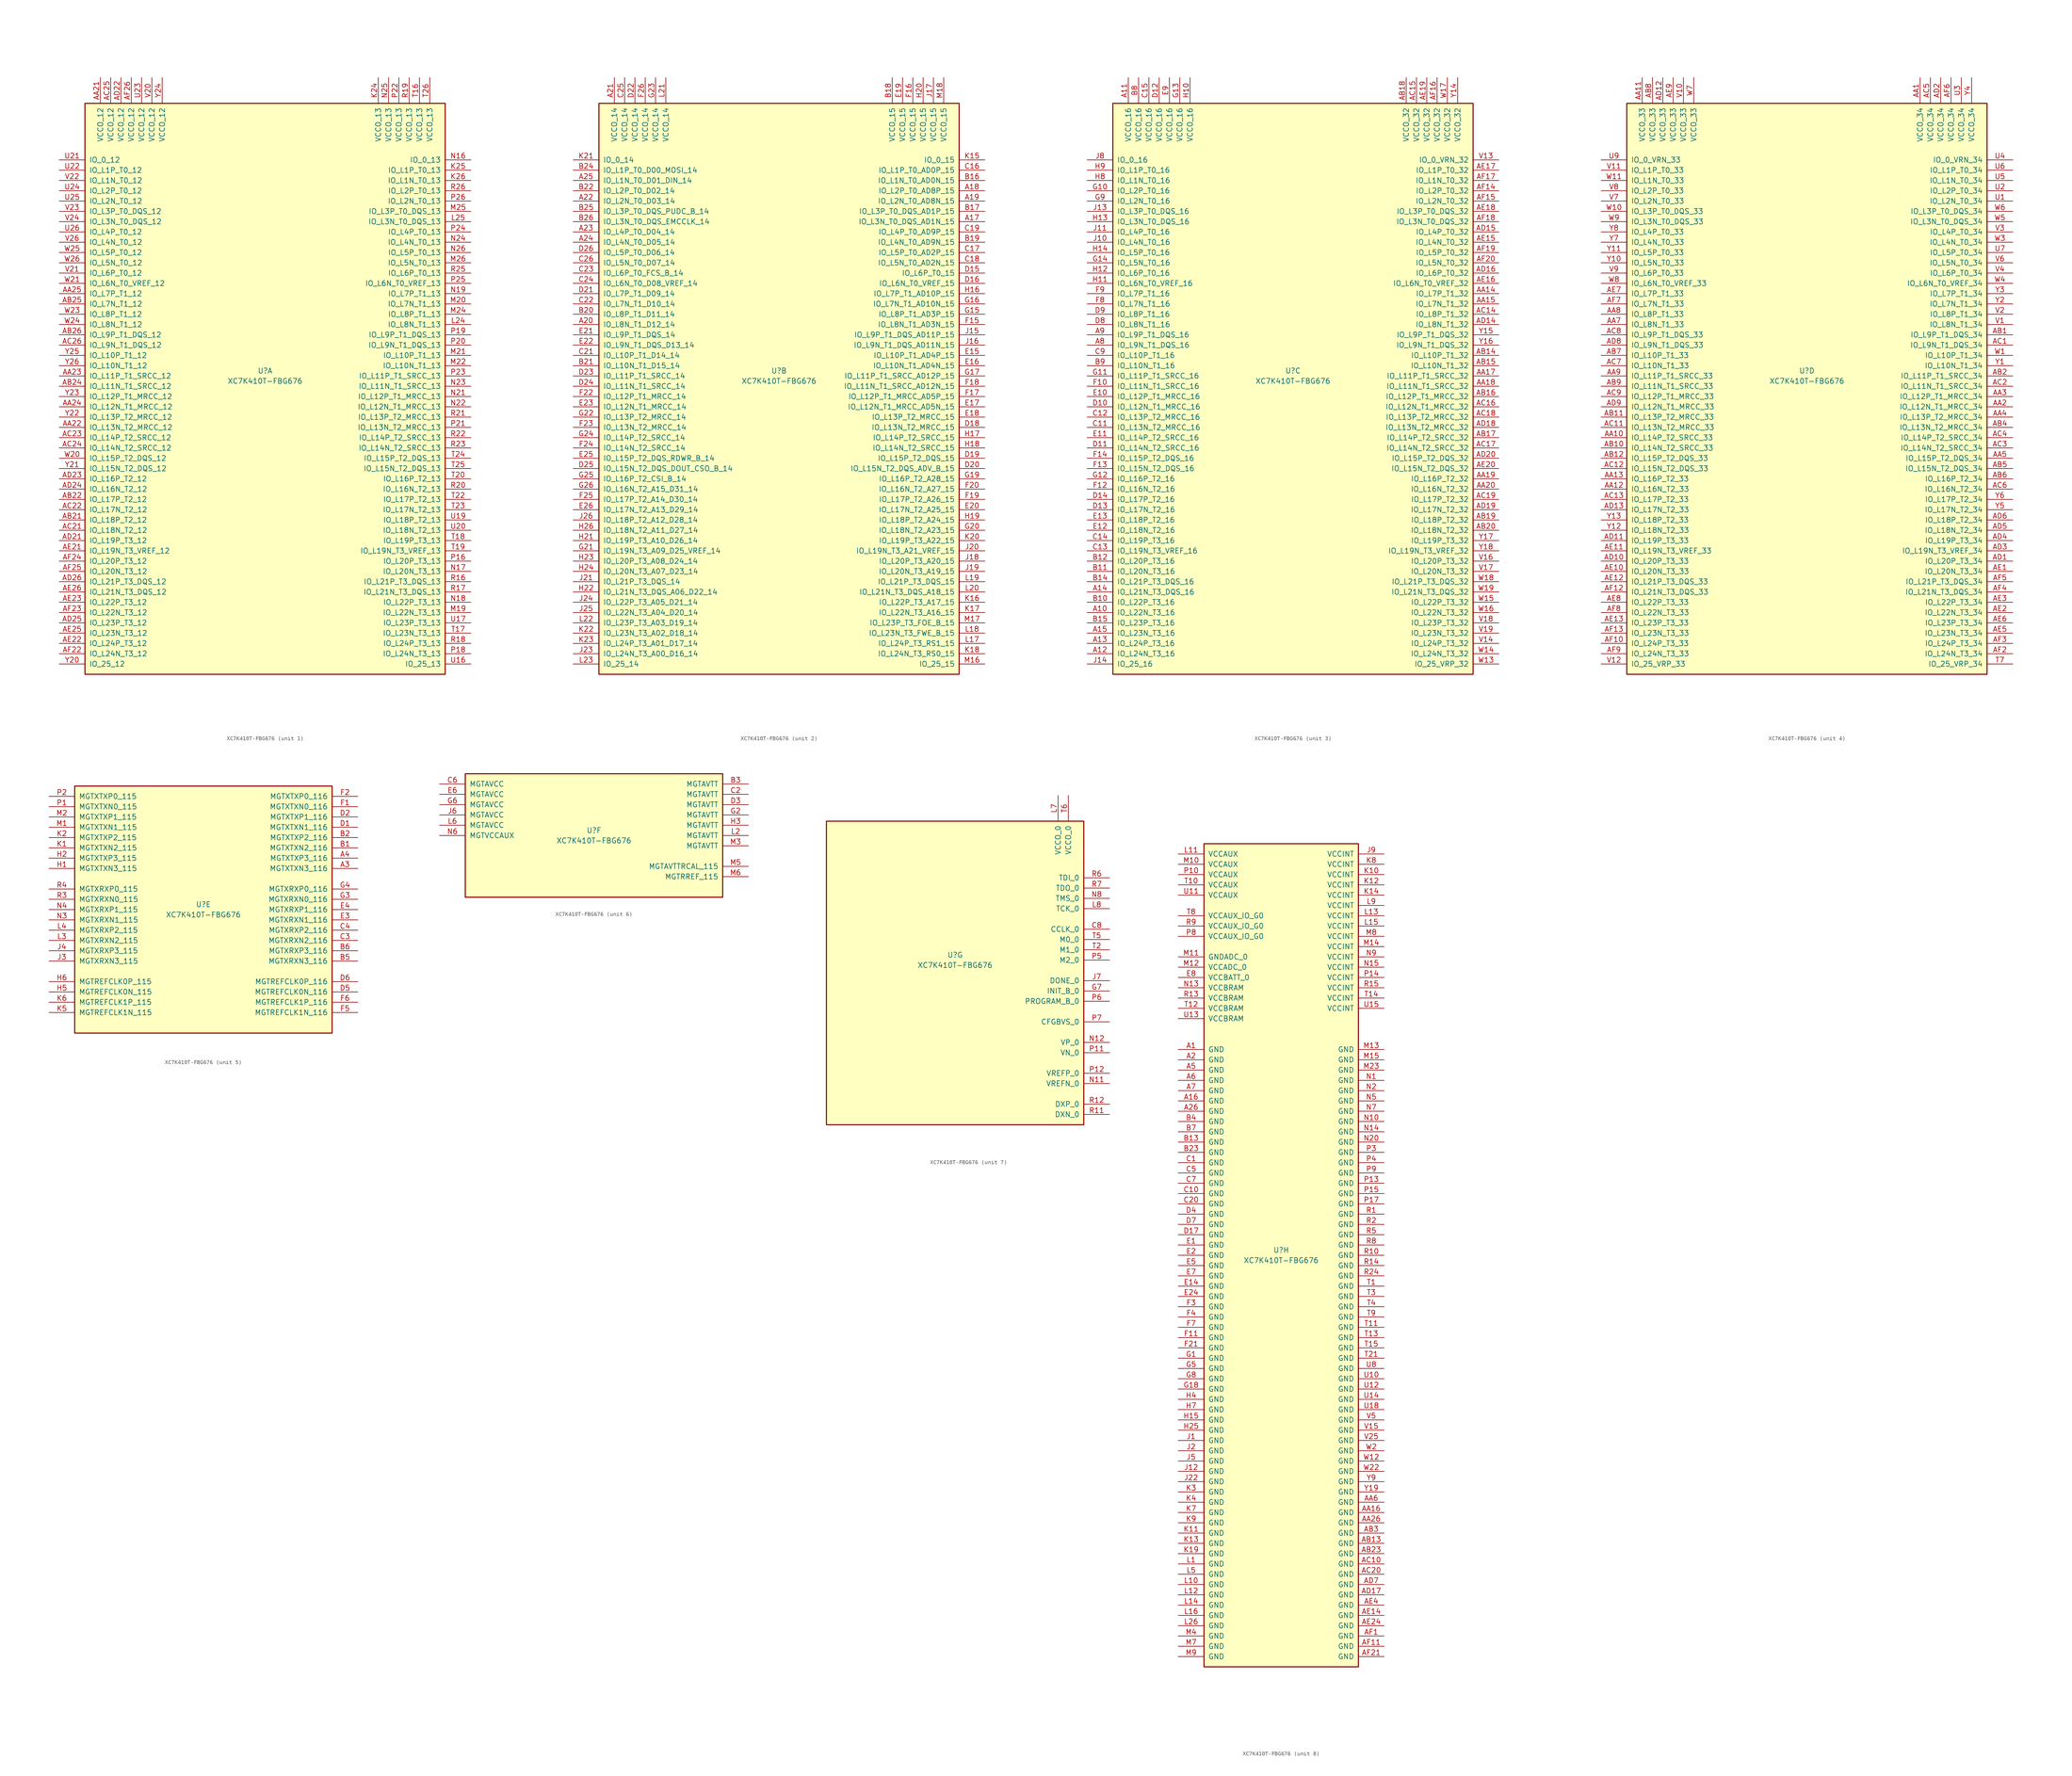
<source format=kicad_sym>
(kicad_symbol_lib
  (version 20201005)
  (generator kicad_symbol_editor)
  (symbol "XC7K410T-FBG676"
    (pin_names
      (offset 1.016))
    (property "Reference" "U"
      (at 0 1.27 0)
      (effects (font (size 1.27 1.27))))
    (property "Value" "XC7K410T-FBG676"
      (at 0 -1.27 0)
      (effects (font (size 1.27 1.27))))
    (property "Datasheet" ""
      (at 0 0 0)
      (effects (font (size 1.27 1.27))))
    (property "ki_locked" ""
      (at 0 0 0)
      (effects (font (size 1.27 1.27))))
    (symbol "XC7K410T-FBG676_1_1"
      (rectangle (start -44.45 67.31) (end 44.45 -73.66) (stroke (width 0.254)) (fill (type background)))
      (pin power_in line (at -40.64 73.66 270) (length 6.35) (name "VCCO_12" (effects (font (size 1.27 1.27)))) (number "AA21" (effects (font (size 1.27 1.27)))))
      (pin power_in line (at -38.1 73.66 270) (length 6.35) (name "VCCO_12" (effects (font (size 1.27 1.27)))) (number "AC25" (effects (font (size 1.27 1.27)))))
      (pin power_in line (at -35.56 73.66 270) (length 6.35) (name "VCCO_12" (effects (font (size 1.27 1.27)))) (number "AD22" (effects (font (size 1.27 1.27)))))
      (pin power_in line (at -33.02 73.66 270) (length 6.35) (name "VCCO_12" (effects (font (size 1.27 1.27)))) (number "AF26" (effects (font (size 1.27 1.27)))))
      (pin power_in line (at -30.48 73.66 270) (length 6.35) (name "VCCO_12" (effects (font (size 1.27 1.27)))) (number "U23" (effects (font (size 1.27 1.27)))))
      (pin power_in line (at -27.94 73.66 270) (length 6.35) (name "VCCO_12" (effects (font (size 1.27 1.27)))) (number "V20" (effects (font (size 1.27 1.27)))))
      (pin power_in line (at -25.4 73.66 270) (length 6.35) (name "VCCO_12" (effects (font (size 1.27 1.27)))) (number "Y24" (effects (font (size 1.27 1.27)))))
      (pin bidirectional line (at -50.8 53.34 0) (length 6.35) (name "IO_0_12" (effects (font (size 1.27 1.27)))) (number "U21" (effects (font (size 1.27 1.27)))))
      (pin bidirectional line (at -50.8 50.8 0) (length 6.35) (name "IO_L1P_T0_12" (effects (font (size 1.27 1.27)))) (number "U22" (effects (font (size 1.27 1.27)))))
      (pin bidirectional line (at -50.8 48.26 0) (length 6.35) (name "IO_L1N_T0_12" (effects (font (size 1.27 1.27)))) (number "V22" (effects (font (size 1.27 1.27)))))
      (pin bidirectional line (at -50.8 45.72 0) (length 6.35) (name "IO_L2P_T0_12" (effects (font (size 1.27 1.27)))) (number "U24" (effects (font (size 1.27 1.27)))))
      (pin bidirectional line (at -50.8 43.18 0) (length 6.35) (name "IO_L2N_T0_12" (effects (font (size 1.27 1.27)))) (number "U25" (effects (font (size 1.27 1.27)))))
      (pin bidirectional line (at -50.8 40.64 0) (length 6.35) (name "IO_L3P_T0_DQS_12" (effects (font (size 1.27 1.27)))) (number "V23" (effects (font (size 1.27 1.27)))))
      (pin bidirectional line (at -50.8 38.1 0) (length 6.35) (name "IO_L3N_T0_DQS_12" (effects (font (size 1.27 1.27)))) (number "V24" (effects (font (size 1.27 1.27)))))
      (pin bidirectional line (at -50.8 35.56 0) (length 6.35) (name "IO_L4P_T0_12" (effects (font (size 1.27 1.27)))) (number "U26" (effects (font (size 1.27 1.27)))))
      (pin bidirectional line (at -50.8 33.02 0) (length 6.35) (name "IO_L4N_T0_12" (effects (font (size 1.27 1.27)))) (number "V26" (effects (font (size 1.27 1.27)))))
      (pin bidirectional line (at -50.8 30.48 0) (length 6.35) (name "IO_L5P_T0_12" (effects (font (size 1.27 1.27)))) (number "W25" (effects (font (size 1.27 1.27)))))
      (pin bidirectional line (at -50.8 27.94 0) (length 6.35) (name "IO_L5N_T0_12" (effects (font (size 1.27 1.27)))) (number "W26" (effects (font (size 1.27 1.27)))))
      (pin bidirectional line (at -50.8 25.4 0) (length 6.35) (name "IO_L6P_T0_12" (effects (font (size 1.27 1.27)))) (number "V21" (effects (font (size 1.27 1.27)))))
      (pin bidirectional line (at -50.8 22.86 0) (length 6.35) (name "IO_L6N_T0_VREF_12" (effects (font (size 1.27 1.27)))) (number "W21" (effects (font (size 1.27 1.27)))))
      (pin bidirectional line (at -50.8 20.32 0) (length 6.35) (name "IO_L7P_T1_12" (effects (font (size 1.27 1.27)))) (number "AA25" (effects (font (size 1.27 1.27)))))
      (pin bidirectional line (at -50.8 17.78 0) (length 6.35) (name "IO_L7N_T1_12" (effects (font (size 1.27 1.27)))) (number "AB25" (effects (font (size 1.27 1.27)))))
      (pin bidirectional line (at -50.8 15.24 0) (length 6.35) (name "IO_L8P_T1_12" (effects (font (size 1.27 1.27)))) (number "W23" (effects (font (size 1.27 1.27)))))
      (pin bidirectional line (at -50.8 12.7 0) (length 6.35) (name "IO_L8N_T1_12" (effects (font (size 1.27 1.27)))) (number "W24" (effects (font (size 1.27 1.27)))))
      (pin bidirectional line (at -50.8 10.16 0) (length 6.35) (name "IO_L9P_T1_DQS_12" (effects (font (size 1.27 1.27)))) (number "AB26" (effects (font (size 1.27 1.27)))))
      (pin bidirectional line (at -50.8 7.62 0) (length 6.35) (name "IO_L9N_T1_DQS_12" (effects (font (size 1.27 1.27)))) (number "AC26" (effects (font (size 1.27 1.27)))))
      (pin bidirectional line (at -50.8 5.08 0) (length 6.35) (name "IO_L10P_T1_12" (effects (font (size 1.27 1.27)))) (number "Y25" (effects (font (size 1.27 1.27)))))
      (pin bidirectional line (at -50.8 2.54 0) (length 6.35) (name "IO_L10N_T1_12" (effects (font (size 1.27 1.27)))) (number "Y26" (effects (font (size 1.27 1.27)))))
      (pin bidirectional line (at -50.8 0 0) (length 6.35) (name "IO_L11P_T1_SRCC_12" (effects (font (size 1.27 1.27)))) (number "AA23" (effects (font (size 1.27 1.27)))))
      (pin bidirectional line (at -50.8 -2.54 0) (length 6.35) (name "IO_L11N_T1_SRCC_12" (effects (font (size 1.27 1.27)))) (number "AB24" (effects (font (size 1.27 1.27)))))
      (pin bidirectional line (at -50.8 -5.08 0) (length 6.35) (name "IO_L12P_T1_MRCC_12" (effects (font (size 1.27 1.27)))) (number "Y23" (effects (font (size 1.27 1.27)))))
      (pin bidirectional line (at -50.8 -7.62 0) (length 6.35) (name "IO_L12N_T1_MRCC_12" (effects (font (size 1.27 1.27)))) (number "AA24" (effects (font (size 1.27 1.27)))))
      (pin bidirectional line (at -50.8 -10.16 0) (length 6.35) (name "IO_L13P_T2_MRCC_12" (effects (font (size 1.27 1.27)))) (number "Y22" (effects (font (size 1.27 1.27)))))
      (pin bidirectional line (at -50.8 -12.7 0) (length 6.35) (name "IO_L13N_T2_MRCC_12" (effects (font (size 1.27 1.27)))) (number "AA22" (effects (font (size 1.27 1.27)))))
      (pin bidirectional line (at -50.8 -15.24 0) (length 6.35) (name "IO_L14P_T2_SRCC_12" (effects (font (size 1.27 1.27)))) (number "AC23" (effects (font (size 1.27 1.27)))))
      (pin bidirectional line (at -50.8 -17.78 0) (length 6.35) (name "IO_L14N_T2_SRCC_12" (effects (font (size 1.27 1.27)))) (number "AC24" (effects (font (size 1.27 1.27)))))
      (pin bidirectional line (at -50.8 -20.32 0) (length 6.35) (name "IO_L15P_T2_DQS_12" (effects (font (size 1.27 1.27)))) (number "W20" (effects (font (size 1.27 1.27)))))
      (pin bidirectional line (at -50.8 -22.86 0) (length 6.35) (name "IO_L15N_T2_DQS_12" (effects (font (size 1.27 1.27)))) (number "Y21" (effects (font (size 1.27 1.27)))))
      (pin bidirectional line (at -50.8 -25.4 0) (length 6.35) (name "IO_L16P_T2_12" (effects (font (size 1.27 1.27)))) (number "AD23" (effects (font (size 1.27 1.27)))))
      (pin bidirectional line (at -50.8 -27.94 0) (length 6.35) (name "IO_L16N_T2_12" (effects (font (size 1.27 1.27)))) (number "AD24" (effects (font (size 1.27 1.27)))))
      (pin bidirectional line (at -50.8 -30.48 0) (length 6.35) (name "IO_L17P_T2_12" (effects (font (size 1.27 1.27)))) (number "AB22" (effects (font (size 1.27 1.27)))))
      (pin bidirectional line (at -50.8 -33.02 0) (length 6.35) (name "IO_L17N_T2_12" (effects (font (size 1.27 1.27)))) (number "AC22" (effects (font (size 1.27 1.27)))))
      (pin bidirectional line (at -50.8 -35.56 0) (length 6.35) (name "IO_L18P_T2_12" (effects (font (size 1.27 1.27)))) (number "AB21" (effects (font (size 1.27 1.27)))))
      (pin bidirectional line (at -50.8 -38.1 0) (length 6.35) (name "IO_L18N_T2_12" (effects (font (size 1.27 1.27)))) (number "AC21" (effects (font (size 1.27 1.27)))))
      (pin bidirectional line (at -50.8 -40.64 0) (length 6.35) (name "IO_L19P_T3_12" (effects (font (size 1.27 1.27)))) (number "AD21" (effects (font (size 1.27 1.27)))))
      (pin bidirectional line (at -50.8 -43.18 0) (length 6.35) (name "IO_L19N_T3_VREF_12" (effects (font (size 1.27 1.27)))) (number "AE21" (effects (font (size 1.27 1.27)))))
      (pin bidirectional line (at -50.8 -45.72 0) (length 6.35) (name "IO_L20P_T3_12" (effects (font (size 1.27 1.27)))) (number "AF24" (effects (font (size 1.27 1.27)))))
      (pin bidirectional line (at -50.8 -48.26 0) (length 6.35) (name "IO_L20N_T3_12" (effects (font (size 1.27 1.27)))) (number "AF25" (effects (font (size 1.27 1.27)))))
      (pin bidirectional line (at -50.8 -50.8 0) (length 6.35) (name "IO_L21P_T3_DQS_12" (effects (font (size 1.27 1.27)))) (number "AD26" (effects (font (size 1.27 1.27)))))
      (pin bidirectional line (at -50.8 -53.34 0) (length 6.35) (name "IO_L21N_T3_DQS_12" (effects (font (size 1.27 1.27)))) (number "AE26" (effects (font (size 1.27 1.27)))))
      (pin bidirectional line (at -50.8 -55.88 0) (length 6.35) (name "IO_L22P_T3_12" (effects (font (size 1.27 1.27)))) (number "AE23" (effects (font (size 1.27 1.27)))))
      (pin bidirectional line (at -50.8 -58.42 0) (length 6.35) (name "IO_L22N_T3_12" (effects (font (size 1.27 1.27)))) (number "AF23" (effects (font (size 1.27 1.27)))))
      (pin bidirectional line (at -50.8 -60.96 0) (length 6.35) (name "IO_L23P_T3_12" (effects (font (size 1.27 1.27)))) (number "AD25" (effects (font (size 1.27 1.27)))))
      (pin bidirectional line (at -50.8 -63.5 0) (length 6.35) (name "IO_L23N_T3_12" (effects (font (size 1.27 1.27)))) (number "AE25" (effects (font (size 1.27 1.27)))))
      (pin bidirectional line (at -50.8 -66.04 0) (length 6.35) (name "IO_L24P_T3_12" (effects (font (size 1.27 1.27)))) (number "AE22" (effects (font (size 1.27 1.27)))))
      (pin bidirectional line (at -50.8 -68.58 0) (length 6.35) (name "IO_L24N_T3_12" (effects (font (size 1.27 1.27)))) (number "AF22" (effects (font (size 1.27 1.27)))))
      (pin bidirectional line (at -50.8 -71.12 0) (length 6.35) (name "IO_25_12" (effects (font (size 1.27 1.27)))) (number "Y20" (effects (font (size 1.27 1.27)))))
      (pin power_in line (at 27.94 73.66 270) (length 6.35) (name "VCCO_13" (effects (font (size 1.27 1.27)))) (number "K24" (effects (font (size 1.27 1.27)))))
      (pin power_in line (at 30.48 73.66 270) (length 6.35) (name "VCCO_13" (effects (font (size 1.27 1.27)))) (number "N25" (effects (font (size 1.27 1.27)))))
      (pin power_in line (at 33.02 73.66 270) (length 6.35) (name "VCCO_13" (effects (font (size 1.27 1.27)))) (number "P22" (effects (font (size 1.27 1.27)))))
      (pin power_in line (at 35.56 73.66 270) (length 6.35) (name "VCCO_13" (effects (font (size 1.27 1.27)))) (number "R19" (effects (font (size 1.27 1.27)))))
      (pin power_in line (at 38.1 73.66 270) (length 6.35) (name "VCCO_13" (effects (font (size 1.27 1.27)))) (number "T16" (effects (font (size 1.27 1.27)))))
      (pin power_in line (at 40.64 73.66 270) (length 6.35) (name "VCCO_13" (effects (font (size 1.27 1.27)))) (number "T26" (effects (font (size 1.27 1.27)))))
      (pin bidirectional line (at 50.8 53.34 180) (length 6.35) (name "IO_0_13" (effects (font (size 1.27 1.27)))) (number "N16" (effects (font (size 1.27 1.27)))))
      (pin bidirectional line (at 50.8 50.8 180) (length 6.35) (name "IO_L1P_T0_13" (effects (font (size 1.27 1.27)))) (number "K25" (effects (font (size 1.27 1.27)))))
      (pin bidirectional line (at 50.8 48.26 180) (length 6.35) (name "IO_L1N_T0_13" (effects (font (size 1.27 1.27)))) (number "K26" (effects (font (size 1.27 1.27)))))
      (pin bidirectional line (at 50.8 45.72 180) (length 6.35) (name "IO_L2P_T0_13" (effects (font (size 1.27 1.27)))) (number "R26" (effects (font (size 1.27 1.27)))))
      (pin bidirectional line (at 50.8 43.18 180) (length 6.35) (name "IO_L2N_T0_13" (effects (font (size 1.27 1.27)))) (number "P26" (effects (font (size 1.27 1.27)))))
      (pin bidirectional line (at 50.8 40.64 180) (length 6.35) (name "IO_L3P_T0_DQS_13" (effects (font (size 1.27 1.27)))) (number "M25" (effects (font (size 1.27 1.27)))))
      (pin bidirectional line (at 50.8 38.1 180) (length 6.35) (name "IO_L3N_T0_DQS_13" (effects (font (size 1.27 1.27)))) (number "L25" (effects (font (size 1.27 1.27)))))
      (pin bidirectional line (at 50.8 35.56 180) (length 6.35) (name "IO_L4P_T0_13" (effects (font (size 1.27 1.27)))) (number "P24" (effects (font (size 1.27 1.27)))))
      (pin bidirectional line (at 50.8 33.02 180) (length 6.35) (name "IO_L4N_T0_13" (effects (font (size 1.27 1.27)))) (number "N24" (effects (font (size 1.27 1.27)))))
      (pin bidirectional line (at 50.8 30.48 180) (length 6.35) (name "IO_L5P_T0_13" (effects (font (size 1.27 1.27)))) (number "N26" (effects (font (size 1.27 1.27)))))
      (pin bidirectional line (at 50.8 27.94 180) (length 6.35) (name "IO_L5N_T0_13" (effects (font (size 1.27 1.27)))) (number "M26" (effects (font (size 1.27 1.27)))))
      (pin bidirectional line (at 50.8 25.4 180) (length 6.35) (name "IO_L6P_T0_13" (effects (font (size 1.27 1.27)))) (number "R25" (effects (font (size 1.27 1.27)))))
      (pin bidirectional line (at 50.8 22.86 180) (length 6.35) (name "IO_L6N_T0_VREF_13" (effects (font (size 1.27 1.27)))) (number "P25" (effects (font (size 1.27 1.27)))))
      (pin bidirectional line (at 50.8 20.32 180) (length 6.35) (name "IO_L7P_T1_13" (effects (font (size 1.27 1.27)))) (number "N19" (effects (font (size 1.27 1.27)))))
      (pin bidirectional line (at 50.8 17.78 180) (length 6.35) (name "IO_L7N_T1_13" (effects (font (size 1.27 1.27)))) (number "M20" (effects (font (size 1.27 1.27)))))
      (pin bidirectional line (at 50.8 15.24 180) (length 6.35) (name "IO_L8P_T1_13" (effects (font (size 1.27 1.27)))) (number "M24" (effects (font (size 1.27 1.27)))))
      (pin bidirectional line (at 50.8 12.7 180) (length 6.35) (name "IO_L8N_T1_13" (effects (font (size 1.27 1.27)))) (number "L24" (effects (font (size 1.27 1.27)))))
      (pin bidirectional line (at 50.8 10.16 180) (length 6.35) (name "IO_L9P_T1_DQS_13" (effects (font (size 1.27 1.27)))) (number "P19" (effects (font (size 1.27 1.27)))))
      (pin bidirectional line (at 50.8 7.62 180) (length 6.35) (name "IO_L9N_T1_DQS_13" (effects (font (size 1.27 1.27)))) (number "P20" (effects (font (size 1.27 1.27)))))
      (pin bidirectional line (at 50.8 5.08 180) (length 6.35) (name "IO_L10P_T1_13" (effects (font (size 1.27 1.27)))) (number "M21" (effects (font (size 1.27 1.27)))))
      (pin bidirectional line (at 50.8 2.54 180) (length 6.35) (name "IO_L10N_T1_13" (effects (font (size 1.27 1.27)))) (number "M22" (effects (font (size 1.27 1.27)))))
      (pin bidirectional line (at 50.8 0 180) (length 6.35) (name "IO_L11P_T1_SRCC_13" (effects (font (size 1.27 1.27)))) (number "P23" (effects (font (size 1.27 1.27)))))
      (pin bidirectional line (at 50.8 -2.54 180) (length 6.35) (name "IO_L11N_T1_SRCC_13" (effects (font (size 1.27 1.27)))) (number "N23" (effects (font (size 1.27 1.27)))))
      (pin bidirectional line (at 50.8 -5.08 180) (length 6.35) (name "IO_L12P_T1_MRCC_13" (effects (font (size 1.27 1.27)))) (number "N21" (effects (font (size 1.27 1.27)))))
      (pin bidirectional line (at 50.8 -7.62 180) (length 6.35) (name "IO_L12N_T1_MRCC_13" (effects (font (size 1.27 1.27)))) (number "N22" (effects (font (size 1.27 1.27)))))
      (pin bidirectional line (at 50.8 -10.16 180) (length 6.35) (name "IO_L13P_T2_MRCC_13" (effects (font (size 1.27 1.27)))) (number "R21" (effects (font (size 1.27 1.27)))))
      (pin bidirectional line (at 50.8 -12.7 180) (length 6.35) (name "IO_L13N_T2_MRCC_13" (effects (font (size 1.27 1.27)))) (number "P21" (effects (font (size 1.27 1.27)))))
      (pin bidirectional line (at 50.8 -15.24 180) (length 6.35) (name "IO_L14P_T2_SRCC_13" (effects (font (size 1.27 1.27)))) (number "R22" (effects (font (size 1.27 1.27)))))
      (pin bidirectional line (at 50.8 -17.78 180) (length 6.35) (name "IO_L14N_T2_SRCC_13" (effects (font (size 1.27 1.27)))) (number "R23" (effects (font (size 1.27 1.27)))))
      (pin bidirectional line (at 50.8 -20.32 180) (length 6.35) (name "IO_L15P_T2_DQS_13" (effects (font (size 1.27 1.27)))) (number "T24" (effects (font (size 1.27 1.27)))))
      (pin bidirectional line (at 50.8 -22.86 180) (length 6.35) (name "IO_L15N_T2_DQS_13" (effects (font (size 1.27 1.27)))) (number "T25" (effects (font (size 1.27 1.27)))))
      (pin bidirectional line (at 50.8 -25.4 180) (length 6.35) (name "IO_L16P_T2_13" (effects (font (size 1.27 1.27)))) (number "T20" (effects (font (size 1.27 1.27)))))
      (pin bidirectional line (at 50.8 -27.94 180) (length 6.35) (name "IO_L16N_T2_13" (effects (font (size 1.27 1.27)))) (number "R20" (effects (font (size 1.27 1.27)))))
      (pin bidirectional line (at 50.8 -30.48 180) (length 6.35) (name "IO_L17P_T2_13" (effects (font (size 1.27 1.27)))) (number "T22" (effects (font (size 1.27 1.27)))))
      (pin bidirectional line (at 50.8 -33.02 180) (length 6.35) (name "IO_L17N_T2_13" (effects (font (size 1.27 1.27)))) (number "T23" (effects (font (size 1.27 1.27)))))
      (pin bidirectional line (at 50.8 -35.56 180) (length 6.35) (name "IO_L18P_T2_13" (effects (font (size 1.27 1.27)))) (number "U19" (effects (font (size 1.27 1.27)))))
      (pin bidirectional line (at 50.8 -38.1 180) (length 6.35) (name "IO_L18N_T2_13" (effects (font (size 1.27 1.27)))) (number "U20" (effects (font (size 1.27 1.27)))))
      (pin bidirectional line (at 50.8 -40.64 180) (length 6.35) (name "IO_L19P_T3_13" (effects (font (size 1.27 1.27)))) (number "T18" (effects (font (size 1.27 1.27)))))
      (pin bidirectional line (at 50.8 -43.18 180) (length 6.35) (name "IO_L19N_T3_VREF_13" (effects (font (size 1.27 1.27)))) (number "T19" (effects (font (size 1.27 1.27)))))
      (pin bidirectional line (at 50.8 -45.72 180) (length 6.35) (name "IO_L20P_T3_13" (effects (font (size 1.27 1.27)))) (number "P16" (effects (font (size 1.27 1.27)))))
      (pin bidirectional line (at 50.8 -48.26 180) (length 6.35) (name "IO_L20N_T3_13" (effects (font (size 1.27 1.27)))) (number "N17" (effects (font (size 1.27 1.27)))))
      (pin bidirectional line (at 50.8 -50.8 180) (length 6.35) (name "IO_L21P_T3_DQS_13" (effects (font (size 1.27 1.27)))) (number "R16" (effects (font (size 1.27 1.27)))))
      (pin bidirectional line (at 50.8 -53.34 180) (length 6.35) (name "IO_L21N_T3_DQS_13" (effects (font (size 1.27 1.27)))) (number "R17" (effects (font (size 1.27 1.27)))))
      (pin bidirectional line (at 50.8 -55.88 180) (length 6.35) (name "IO_L22P_T3_13" (effects (font (size 1.27 1.27)))) (number "N18" (effects (font (size 1.27 1.27)))))
      (pin bidirectional line (at 50.8 -58.42 180) (length 6.35) (name "IO_L22N_T3_13" (effects (font (size 1.27 1.27)))) (number "M19" (effects (font (size 1.27 1.27)))))
      (pin bidirectional line (at 50.8 -60.96 180) (length 6.35) (name "IO_L23P_T3_13" (effects (font (size 1.27 1.27)))) (number "U17" (effects (font (size 1.27 1.27)))))
      (pin bidirectional line (at 50.8 -63.5 180) (length 6.35) (name "IO_L23N_T3_13" (effects (font (size 1.27 1.27)))) (number "T17" (effects (font (size 1.27 1.27)))))
      (pin bidirectional line (at 50.8 -66.04 180) (length 6.35) (name "IO_L24P_T3_13" (effects (font (size 1.27 1.27)))) (number "R18" (effects (font (size 1.27 1.27)))))
      (pin bidirectional line (at 50.8 -68.58 180) (length 6.35) (name "IO_L24N_T3_13" (effects (font (size 1.27 1.27)))) (number "P18" (effects (font (size 1.27 1.27)))))
      (pin bidirectional line (at 50.8 -71.12 180) (length 6.35) (name "IO_25_13" (effects (font (size 1.27 1.27)))) (number "U16" (effects (font (size 1.27 1.27))))))
    (symbol "XC7K410T-FBG676_2_1"
      (rectangle (start -44.45 67.31) (end 44.45 -73.66) (stroke (width 0.254)) (fill (type background)))
      (pin power_in line (at -40.64 73.66 270) (length 6.35) (name "VCCO_14" (effects (font (size 1.27 1.27)))) (number "A21" (effects (font (size 1.27 1.27)))))
      (pin power_in line (at -38.1 73.66 270) (length 6.35) (name "VCCO_14" (effects (font (size 1.27 1.27)))) (number "C25" (effects (font (size 1.27 1.27)))))
      (pin power_in line (at -35.56 73.66 270) (length 6.35) (name "VCCO_14" (effects (font (size 1.27 1.27)))) (number "D22" (effects (font (size 1.27 1.27)))))
      (pin power_in line (at -33.02 73.66 270) (length 6.35) (name "VCCO_14" (effects (font (size 1.27 1.27)))) (number "F26" (effects (font (size 1.27 1.27)))))
      (pin power_in line (at -30.48 73.66 270) (length 6.35) (name "VCCO_14" (effects (font (size 1.27 1.27)))) (number "G23" (effects (font (size 1.27 1.27)))))
      (pin power_in line (at -27.94 73.66 270) (length 6.35) (name "VCCO_14" (effects (font (size 1.27 1.27)))) (number "L21" (effects (font (size 1.27 1.27)))))
      (pin bidirectional line (at -50.8 53.34 0) (length 6.35) (name "IO_0_14" (effects (font (size 1.27 1.27)))) (number "K21" (effects (font (size 1.27 1.27)))))
      (pin bidirectional line (at -50.8 50.8 0) (length 6.35) (name "IO_L1P_T0_D00_MOSI_14" (effects (font (size 1.27 1.27)))) (number "B24" (effects (font (size 1.27 1.27)))))
      (pin bidirectional line (at -50.8 48.26 0) (length 6.35) (name "IO_L1N_T0_D01_DIN_14" (effects (font (size 1.27 1.27)))) (number "A25" (effects (font (size 1.27 1.27)))))
      (pin bidirectional line (at -50.8 45.72 0) (length 6.35) (name "IO_L2P_T0_D02_14" (effects (font (size 1.27 1.27)))) (number "B22" (effects (font (size 1.27 1.27)))))
      (pin bidirectional line (at -50.8 43.18 0) (length 6.35) (name "IO_L2N_T0_D03_14" (effects (font (size 1.27 1.27)))) (number "A22" (effects (font (size 1.27 1.27)))))
      (pin bidirectional line (at -50.8 40.64 0) (length 6.35) (name "IO_L3P_T0_DQS_PUDC_B_14" (effects (font (size 1.27 1.27)))) (number "B25" (effects (font (size 1.27 1.27)))))
      (pin bidirectional line (at -50.8 38.1 0) (length 6.35) (name "IO_L3N_T0_DQS_EMCCLK_14" (effects (font (size 1.27 1.27)))) (number "B26" (effects (font (size 1.27 1.27)))))
      (pin bidirectional line (at -50.8 35.56 0) (length 6.35) (name "IO_L4P_T0_D04_14" (effects (font (size 1.27 1.27)))) (number "A23" (effects (font (size 1.27 1.27)))))
      (pin bidirectional line (at -50.8 33.02 0) (length 6.35) (name "IO_L4N_T0_D05_14" (effects (font (size 1.27 1.27)))) (number "A24" (effects (font (size 1.27 1.27)))))
      (pin bidirectional line (at -50.8 30.48 0) (length 6.35) (name "IO_L5P_T0_D06_14" (effects (font (size 1.27 1.27)))) (number "D26" (effects (font (size 1.27 1.27)))))
      (pin bidirectional line (at -50.8 27.94 0) (length 6.35) (name "IO_L5N_T0_D07_14" (effects (font (size 1.27 1.27)))) (number "C26" (effects (font (size 1.27 1.27)))))
      (pin bidirectional line (at -50.8 25.4 0) (length 6.35) (name "IO_L6P_T0_FCS_B_14" (effects (font (size 1.27 1.27)))) (number "C23" (effects (font (size 1.27 1.27)))))
      (pin bidirectional line (at -50.8 22.86 0) (length 6.35) (name "IO_L6N_T0_D08_VREF_14" (effects (font (size 1.27 1.27)))) (number "C24" (effects (font (size 1.27 1.27)))))
      (pin bidirectional line (at -50.8 20.32 0) (length 6.35) (name "IO_L7P_T1_D09_14" (effects (font (size 1.27 1.27)))) (number "D21" (effects (font (size 1.27 1.27)))))
      (pin bidirectional line (at -50.8 17.78 0) (length 6.35) (name "IO_L7N_T1_D10_14" (effects (font (size 1.27 1.27)))) (number "C22" (effects (font (size 1.27 1.27)))))
      (pin bidirectional line (at -50.8 15.24 0) (length 6.35) (name "IO_L8P_T1_D11_14" (effects (font (size 1.27 1.27)))) (number "B20" (effects (font (size 1.27 1.27)))))
      (pin bidirectional line (at -50.8 12.7 0) (length 6.35) (name "IO_L8N_T1_D12_14" (effects (font (size 1.27 1.27)))) (number "A20" (effects (font (size 1.27 1.27)))))
      (pin bidirectional line (at -50.8 10.16 0) (length 6.35) (name "IO_L9P_T1_DQS_14" (effects (font (size 1.27 1.27)))) (number "E21" (effects (font (size 1.27 1.27)))))
      (pin bidirectional line (at -50.8 7.62 0) (length 6.35) (name "IO_L9N_T1_DQS_D13_14" (effects (font (size 1.27 1.27)))) (number "E22" (effects (font (size 1.27 1.27)))))
      (pin bidirectional line (at -50.8 5.08 0) (length 6.35) (name "IO_L10P_T1_D14_14" (effects (font (size 1.27 1.27)))) (number "C21" (effects (font (size 1.27 1.27)))))
      (pin bidirectional line (at -50.8 2.54 0) (length 6.35) (name "IO_L10N_T1_D15_14" (effects (font (size 1.27 1.27)))) (number "B21" (effects (font (size 1.27 1.27)))))
      (pin bidirectional line (at -50.8 0 0) (length 6.35) (name "IO_L11P_T1_SRCC_14" (effects (font (size 1.27 1.27)))) (number "D23" (effects (font (size 1.27 1.27)))))
      (pin bidirectional line (at -50.8 -2.54 0) (length 6.35) (name "IO_L11N_T1_SRCC_14" (effects (font (size 1.27 1.27)))) (number "D24" (effects (font (size 1.27 1.27)))))
      (pin bidirectional line (at -50.8 -5.08 0) (length 6.35) (name "IO_L12P_T1_MRCC_14" (effects (font (size 1.27 1.27)))) (number "F22" (effects (font (size 1.27 1.27)))))
      (pin bidirectional line (at -50.8 -7.62 0) (length 6.35) (name "IO_L12N_T1_MRCC_14" (effects (font (size 1.27 1.27)))) (number "E23" (effects (font (size 1.27 1.27)))))
      (pin bidirectional line (at -50.8 -10.16 0) (length 6.35) (name "IO_L13P_T2_MRCC_14" (effects (font (size 1.27 1.27)))) (number "G22" (effects (font (size 1.27 1.27)))))
      (pin bidirectional line (at -50.8 -12.7 0) (length 6.35) (name "IO_L13N_T2_MRCC_14" (effects (font (size 1.27 1.27)))) (number "F23" (effects (font (size 1.27 1.27)))))
      (pin bidirectional line (at -50.8 -15.24 0) (length 6.35) (name "IO_L14P_T2_SRCC_14" (effects (font (size 1.27 1.27)))) (number "G24" (effects (font (size 1.27 1.27)))))
      (pin bidirectional line (at -50.8 -17.78 0) (length 6.35) (name "IO_L14N_T2_SRCC_14" (effects (font (size 1.27 1.27)))) (number "F24" (effects (font (size 1.27 1.27)))))
      (pin bidirectional line (at -50.8 -20.32 0) (length 6.35) (name "IO_L15P_T2_DQS_RDWR_B_14" (effects (font (size 1.27 1.27)))) (number "E25" (effects (font (size 1.27 1.27)))))
      (pin bidirectional line (at -50.8 -22.86 0) (length 6.35) (name "IO_L15N_T2_DQS_DOUT_CSO_B_14" (effects (font (size 1.27 1.27)))) (number "D25" (effects (font (size 1.27 1.27)))))
      (pin bidirectional line (at -50.8 -25.4 0) (length 6.35) (name "IO_L16P_T2_CSI_B_14" (effects (font (size 1.27 1.27)))) (number "G25" (effects (font (size 1.27 1.27)))))
      (pin bidirectional line (at -50.8 -27.94 0) (length 6.35) (name "IO_L16N_T2_A15_D31_14" (effects (font (size 1.27 1.27)))) (number "G26" (effects (font (size 1.27 1.27)))))
      (pin bidirectional line (at -50.8 -30.48 0) (length 6.35) (name "IO_L17P_T2_A14_D30_14" (effects (font (size 1.27 1.27)))) (number "F25" (effects (font (size 1.27 1.27)))))
      (pin bidirectional line (at -50.8 -33.02 0) (length 6.35) (name "IO_L17N_T2_A13_D29_14" (effects (font (size 1.27 1.27)))) (number "E26" (effects (font (size 1.27 1.27)))))
      (pin bidirectional line (at -50.8 -35.56 0) (length 6.35) (name "IO_L18P_T2_A12_D28_14" (effects (font (size 1.27 1.27)))) (number "J26" (effects (font (size 1.27 1.27)))))
      (pin bidirectional line (at -50.8 -38.1 0) (length 6.35) (name "IO_L18N_T2_A11_D27_14" (effects (font (size 1.27 1.27)))) (number "H26" (effects (font (size 1.27 1.27)))))
      (pin bidirectional line (at -50.8 -40.64 0) (length 6.35) (name "IO_L19P_T3_A10_D26_14" (effects (font (size 1.27 1.27)))) (number "H21" (effects (font (size 1.27 1.27)))))
      (pin bidirectional line (at -50.8 -43.18 0) (length 6.35) (name "IO_L19N_T3_A09_D25_VREF_14" (effects (font (size 1.27 1.27)))) (number "G21" (effects (font (size 1.27 1.27)))))
      (pin bidirectional line (at -50.8 -45.72 0) (length 6.35) (name "IO_L20P_T3_A08_D24_14" (effects (font (size 1.27 1.27)))) (number "H23" (effects (font (size 1.27 1.27)))))
      (pin bidirectional line (at -50.8 -48.26 0) (length 6.35) (name "IO_L20N_T3_A07_D23_14" (effects (font (size 1.27 1.27)))) (number "H24" (effects (font (size 1.27 1.27)))))
      (pin bidirectional line (at -50.8 -50.8 0) (length 6.35) (name "IO_L21P_T3_DQS_14" (effects (font (size 1.27 1.27)))) (number "J21" (effects (font (size 1.27 1.27)))))
      (pin bidirectional line (at -50.8 -53.34 0) (length 6.35) (name "IO_L21N_T3_DQS_A06_D22_14" (effects (font (size 1.27 1.27)))) (number "H22" (effects (font (size 1.27 1.27)))))
      (pin bidirectional line (at -50.8 -55.88 0) (length 6.35) (name "IO_L22P_T3_A05_D21_14" (effects (font (size 1.27 1.27)))) (number "J24" (effects (font (size 1.27 1.27)))))
      (pin bidirectional line (at -50.8 -58.42 0) (length 6.35) (name "IO_L22N_T3_A04_D20_14" (effects (font (size 1.27 1.27)))) (number "J25" (effects (font (size 1.27 1.27)))))
      (pin bidirectional line (at -50.8 -60.96 0) (length 6.35) (name "IO_L23P_T3_A03_D19_14" (effects (font (size 1.27 1.27)))) (number "L22" (effects (font (size 1.27 1.27)))))
      (pin bidirectional line (at -50.8 -63.5 0) (length 6.35) (name "IO_L23N_T3_A02_D18_14" (effects (font (size 1.27 1.27)))) (number "K22" (effects (font (size 1.27 1.27)))))
      (pin bidirectional line (at -50.8 -66.04 0) (length 6.35) (name "IO_L24P_T3_A01_D17_14" (effects (font (size 1.27 1.27)))) (number "K23" (effects (font (size 1.27 1.27)))))
      (pin bidirectional line (at -50.8 -68.58 0) (length 6.35) (name "IO_L24N_T3_A00_D16_14" (effects (font (size 1.27 1.27)))) (number "J23" (effects (font (size 1.27 1.27)))))
      (pin bidirectional line (at -50.8 -71.12 0) (length 6.35) (name "IO_25_14" (effects (font (size 1.27 1.27)))) (number "L23" (effects (font (size 1.27 1.27)))))
      (pin power_in line (at 27.94 73.66 270) (length 6.35) (name "VCCO_15" (effects (font (size 1.27 1.27)))) (number "B18" (effects (font (size 1.27 1.27)))))
      (pin power_in line (at 30.48 73.66 270) (length 6.35) (name "VCCO_15" (effects (font (size 1.27 1.27)))) (number "E19" (effects (font (size 1.27 1.27)))))
      (pin power_in line (at 33.02 73.66 270) (length 6.35) (name "VCCO_15" (effects (font (size 1.27 1.27)))) (number "F16" (effects (font (size 1.27 1.27)))))
      (pin power_in line (at 35.56 73.66 270) (length 6.35) (name "VCCO_15" (effects (font (size 1.27 1.27)))) (number "H20" (effects (font (size 1.27 1.27)))))
      (pin power_in line (at 38.1 73.66 270) (length 6.35) (name "VCCO_15" (effects (font (size 1.27 1.27)))) (number "J17" (effects (font (size 1.27 1.27)))))
      (pin power_in line (at 40.64 73.66 270) (length 6.35) (name "VCCO_15" (effects (font (size 1.27 1.27)))) (number "M18" (effects (font (size 1.27 1.27)))))
      (pin bidirectional line (at 50.8 53.34 180) (length 6.35) (name "IO_0_15" (effects (font (size 1.27 1.27)))) (number "K15" (effects (font (size 1.27 1.27)))))
      (pin bidirectional line (at 50.8 50.8 180) (length 6.35) (name "IO_L1P_T0_AD0P_15" (effects (font (size 1.27 1.27)))) (number "C16" (effects (font (size 1.27 1.27)))))
      (pin bidirectional line (at 50.8 48.26 180) (length 6.35) (name "IO_L1N_T0_AD0N_15" (effects (font (size 1.27 1.27)))) (number "B16" (effects (font (size 1.27 1.27)))))
      (pin bidirectional line (at 50.8 45.72 180) (length 6.35) (name "IO_L2P_T0_AD8P_15" (effects (font (size 1.27 1.27)))) (number "A18" (effects (font (size 1.27 1.27)))))
      (pin bidirectional line (at 50.8 43.18 180) (length 6.35) (name "IO_L2N_T0_AD8N_15" (effects (font (size 1.27 1.27)))) (number "A19" (effects (font (size 1.27 1.27)))))
      (pin bidirectional line (at 50.8 40.64 180) (length 6.35) (name "IO_L3P_T0_DQS_AD1P_15" (effects (font (size 1.27 1.27)))) (number "B17" (effects (font (size 1.27 1.27)))))
      (pin bidirectional line (at 50.8 38.1 180) (length 6.35) (name "IO_L3N_T0_DQS_AD1N_15" (effects (font (size 1.27 1.27)))) (number "A17" (effects (font (size 1.27 1.27)))))
      (pin bidirectional line (at 50.8 35.56 180) (length 6.35) (name "IO_L4P_T0_AD9P_15" (effects (font (size 1.27 1.27)))) (number "C19" (effects (font (size 1.27 1.27)))))
      (pin bidirectional line (at 50.8 33.02 180) (length 6.35) (name "IO_L4N_T0_AD9N_15" (effects (font (size 1.27 1.27)))) (number "B19" (effects (font (size 1.27 1.27)))))
      (pin bidirectional line (at 50.8 30.48 180) (length 6.35) (name "IO_L5P_T0_AD2P_15" (effects (font (size 1.27 1.27)))) (number "C17" (effects (font (size 1.27 1.27)))))
      (pin bidirectional line (at 50.8 27.94 180) (length 6.35) (name "IO_L5N_T0_AD2N_15" (effects (font (size 1.27 1.27)))) (number "C18" (effects (font (size 1.27 1.27)))))
      (pin bidirectional line (at 50.8 25.4 180) (length 6.35) (name "IO_L6P_T0_15" (effects (font (size 1.27 1.27)))) (number "D15" (effects (font (size 1.27 1.27)))))
      (pin bidirectional line (at 50.8 22.86 180) (length 6.35) (name "IO_L6N_T0_VREF_15" (effects (font (size 1.27 1.27)))) (number "D16" (effects (font (size 1.27 1.27)))))
      (pin bidirectional line (at 50.8 20.32 180) (length 6.35) (name "IO_L7P_T1_AD10P_15" (effects (font (size 1.27 1.27)))) (number "H16" (effects (font (size 1.27 1.27)))))
      (pin bidirectional line (at 50.8 17.78 180) (length 6.35) (name "IO_L7N_T1_AD10N_15" (effects (font (size 1.27 1.27)))) (number "G16" (effects (font (size 1.27 1.27)))))
      (pin bidirectional line (at 50.8 15.24 180) (length 6.35) (name "IO_L8P_T1_AD3P_15" (effects (font (size 1.27 1.27)))) (number "G15" (effects (font (size 1.27 1.27)))))
      (pin bidirectional line (at 50.8 12.7 180) (length 6.35) (name "IO_L8N_T1_AD3N_15" (effects (font (size 1.27 1.27)))) (number "F15" (effects (font (size 1.27 1.27)))))
      (pin bidirectional line (at 50.8 10.16 180) (length 6.35) (name "IO_L9P_T1_DQS_AD11P_15" (effects (font (size 1.27 1.27)))) (number "J15" (effects (font (size 1.27 1.27)))))
      (pin bidirectional line (at 50.8 7.62 180) (length 6.35) (name "IO_L9N_T1_DQS_AD11N_15" (effects (font (size 1.27 1.27)))) (number "J16" (effects (font (size 1.27 1.27)))))
      (pin bidirectional line (at 50.8 5.08 180) (length 6.35) (name "IO_L10P_T1_AD4P_15" (effects (font (size 1.27 1.27)))) (number "E15" (effects (font (size 1.27 1.27)))))
      (pin bidirectional line (at 50.8 2.54 180) (length 6.35) (name "IO_L10N_T1_AD4N_15" (effects (font (size 1.27 1.27)))) (number "E16" (effects (font (size 1.27 1.27)))))
      (pin bidirectional line (at 50.8 0 180) (length 6.35) (name "IO_L11P_T1_SRCC_AD12P_15" (effects (font (size 1.27 1.27)))) (number "G17" (effects (font (size 1.27 1.27)))))
      (pin bidirectional line (at 50.8 -2.54 180) (length 6.35) (name "IO_L11N_T1_SRCC_AD12N_15" (effects (font (size 1.27 1.27)))) (number "F18" (effects (font (size 1.27 1.27)))))
      (pin bidirectional line (at 50.8 -5.08 180) (length 6.35) (name "IO_L12P_T1_MRCC_AD5P_15" (effects (font (size 1.27 1.27)))) (number "F17" (effects (font (size 1.27 1.27)))))
      (pin bidirectional line (at 50.8 -7.62 180) (length 6.35) (name "IO_L12N_T1_MRCC_AD5N_15" (effects (font (size 1.27 1.27)))) (number "E17" (effects (font (size 1.27 1.27)))))
      (pin bidirectional line (at 50.8 -10.16 180) (length 6.35) (name "IO_L13P_T2_MRCC_15" (effects (font (size 1.27 1.27)))) (number "E18" (effects (font (size 1.27 1.27)))))
      (pin bidirectional line (at 50.8 -12.7 180) (length 6.35) (name "IO_L13N_T2_MRCC_15" (effects (font (size 1.27 1.27)))) (number "D18" (effects (font (size 1.27 1.27)))))
      (pin bidirectional line (at 50.8 -15.24 180) (length 6.35) (name "IO_L14P_T2_SRCC_15" (effects (font (size 1.27 1.27)))) (number "H17" (effects (font (size 1.27 1.27)))))
      (pin bidirectional line (at 50.8 -17.78 180) (length 6.35) (name "IO_L14N_T2_SRCC_15" (effects (font (size 1.27 1.27)))) (number "H18" (effects (font (size 1.27 1.27)))))
      (pin bidirectional line (at 50.8 -20.32 180) (length 6.35) (name "IO_L15P_T2_DQS_15" (effects (font (size 1.27 1.27)))) (number "D19" (effects (font (size 1.27 1.27)))))
      (pin bidirectional line (at 50.8 -22.86 180) (length 6.35) (name "IO_L15N_T2_DQS_ADV_B_15" (effects (font (size 1.27 1.27)))) (number "D20" (effects (font (size 1.27 1.27)))))
      (pin bidirectional line (at 50.8 -25.4 180) (length 6.35) (name "IO_L16P_T2_A28_15" (effects (font (size 1.27 1.27)))) (number "G19" (effects (font (size 1.27 1.27)))))
      (pin bidirectional line (at 50.8 -27.94 180) (length 6.35) (name "IO_L16N_T2_A27_15" (effects (font (size 1.27 1.27)))) (number "F20" (effects (font (size 1.27 1.27)))))
      (pin bidirectional line (at 50.8 -30.48 180) (length 6.35) (name "IO_L17P_T2_A26_15" (effects (font (size 1.27 1.27)))) (number "F19" (effects (font (size 1.27 1.27)))))
      (pin bidirectional line (at 50.8 -33.02 180) (length 6.35) (name "IO_L17N_T2_A25_15" (effects (font (size 1.27 1.27)))) (number "E20" (effects (font (size 1.27 1.27)))))
      (pin bidirectional line (at 50.8 -35.56 180) (length 6.35) (name "IO_L18P_T2_A24_15" (effects (font (size 1.27 1.27)))) (number "H19" (effects (font (size 1.27 1.27)))))
      (pin bidirectional line (at 50.8 -38.1 180) (length 6.35) (name "IO_L18N_T2_A23_15" (effects (font (size 1.27 1.27)))) (number "G20" (effects (font (size 1.27 1.27)))))
      (pin bidirectional line (at 50.8 -40.64 180) (length 6.35) (name "IO_L19P_T3_A22_15" (effects (font (size 1.27 1.27)))) (number "K20" (effects (font (size 1.27 1.27)))))
      (pin bidirectional line (at 50.8 -43.18 180) (length 6.35) (name "IO_L19N_T3_A21_VREF_15" (effects (font (size 1.27 1.27)))) (number "J20" (effects (font (size 1.27 1.27)))))
      (pin bidirectional line (at 50.8 -45.72 180) (length 6.35) (name "IO_L20P_T3_A20_15" (effects (font (size 1.27 1.27)))) (number "J18" (effects (font (size 1.27 1.27)))))
      (pin bidirectional line (at 50.8 -48.26 180) (length 6.35) (name "IO_L20N_T3_A19_15" (effects (font (size 1.27 1.27)))) (number "J19" (effects (font (size 1.27 1.27)))))
      (pin bidirectional line (at 50.8 -50.8 180) (length 6.35) (name "IO_L21P_T3_DQS_15" (effects (font (size 1.27 1.27)))) (number "L19" (effects (font (size 1.27 1.27)))))
      (pin bidirectional line (at 50.8 -53.34 180) (length 6.35) (name "IO_L21N_T3_DQS_A18_15" (effects (font (size 1.27 1.27)))) (number "L20" (effects (font (size 1.27 1.27)))))
      (pin bidirectional line (at 50.8 -55.88 180) (length 6.35) (name "IO_L22P_T3_A17_15" (effects (font (size 1.27 1.27)))) (number "K16" (effects (font (size 1.27 1.27)))))
      (pin bidirectional line (at 50.8 -58.42 180) (length 6.35) (name "IO_L22N_T3_A16_15" (effects (font (size 1.27 1.27)))) (number "K17" (effects (font (size 1.27 1.27)))))
      (pin bidirectional line (at 50.8 -60.96 180) (length 6.35) (name "IO_L23P_T3_FOE_B_15" (effects (font (size 1.27 1.27)))) (number "M17" (effects (font (size 1.27 1.27)))))
      (pin bidirectional line (at 50.8 -63.5 180) (length 6.35) (name "IO_L23N_T3_FWE_B_15" (effects (font (size 1.27 1.27)))) (number "L18" (effects (font (size 1.27 1.27)))))
      (pin bidirectional line (at 50.8 -66.04 180) (length 6.35) (name "IO_L24P_T3_RS1_15" (effects (font (size 1.27 1.27)))) (number "L17" (effects (font (size 1.27 1.27)))))
      (pin bidirectional line (at 50.8 -68.58 180) (length 6.35) (name "IO_L24N_T3_RS0_15" (effects (font (size 1.27 1.27)))) (number "K18" (effects (font (size 1.27 1.27)))))
      (pin bidirectional line (at 50.8 -71.12 180) (length 6.35) (name "IO_25_15" (effects (font (size 1.27 1.27)))) (number "M16" (effects (font (size 1.27 1.27))))))
    (symbol "XC7K410T-FBG676_3_1"
      (rectangle (start -44.45 67.31) (end 44.45 -73.66) (stroke (width 0.254)) (fill (type background)))
      (pin power_in line (at -40.64 73.66 270) (length 6.35) (name "VCCO_16" (effects (font (size 1.27 1.27)))) (number "A11" (effects (font (size 1.27 1.27)))))
      (pin power_in line (at -38.1 73.66 270) (length 6.35) (name "VCCO_16" (effects (font (size 1.27 1.27)))) (number "B8" (effects (font (size 1.27 1.27)))))
      (pin power_in line (at -35.56 73.66 270) (length 6.35) (name "VCCO_16" (effects (font (size 1.27 1.27)))) (number "C15" (effects (font (size 1.27 1.27)))))
      (pin power_in line (at -33.02 73.66 270) (length 6.35) (name "VCCO_16" (effects (font (size 1.27 1.27)))) (number "D12" (effects (font (size 1.27 1.27)))))
      (pin power_in line (at -30.48 73.66 270) (length 6.35) (name "VCCO_16" (effects (font (size 1.27 1.27)))) (number "E9" (effects (font (size 1.27 1.27)))))
      (pin power_in line (at -27.94 73.66 270) (length 6.35) (name "VCCO_16" (effects (font (size 1.27 1.27)))) (number "G13" (effects (font (size 1.27 1.27)))))
      (pin power_in line (at -25.4 73.66 270) (length 6.35) (name "VCCO_16" (effects (font (size 1.27 1.27)))) (number "H10" (effects (font (size 1.27 1.27)))))
      (pin bidirectional line (at -50.8 53.34 0) (length 6.35) (name "IO_0_16" (effects (font (size 1.27 1.27)))) (number "J8" (effects (font (size 1.27 1.27)))))
      (pin bidirectional line (at -50.8 50.8 0) (length 6.35) (name "IO_L1P_T0_16" (effects (font (size 1.27 1.27)))) (number "H9" (effects (font (size 1.27 1.27)))))
      (pin bidirectional line (at -50.8 48.26 0) (length 6.35) (name "IO_L1N_T0_16" (effects (font (size 1.27 1.27)))) (number "H8" (effects (font (size 1.27 1.27)))))
      (pin bidirectional line (at -50.8 45.72 0) (length 6.35) (name "IO_L2P_T0_16" (effects (font (size 1.27 1.27)))) (number "G10" (effects (font (size 1.27 1.27)))))
      (pin bidirectional line (at -50.8 43.18 0) (length 6.35) (name "IO_L2N_T0_16" (effects (font (size 1.27 1.27)))) (number "G9" (effects (font (size 1.27 1.27)))))
      (pin bidirectional line (at -50.8 40.64 0) (length 6.35) (name "IO_L3P_T0_DQS_16" (effects (font (size 1.27 1.27)))) (number "J13" (effects (font (size 1.27 1.27)))))
      (pin bidirectional line (at -50.8 38.1 0) (length 6.35) (name "IO_L3N_T0_DQS_16" (effects (font (size 1.27 1.27)))) (number "H13" (effects (font (size 1.27 1.27)))))
      (pin bidirectional line (at -50.8 35.56 0) (length 6.35) (name "IO_L4P_T0_16" (effects (font (size 1.27 1.27)))) (number "J11" (effects (font (size 1.27 1.27)))))
      (pin bidirectional line (at -50.8 33.02 0) (length 6.35) (name "IO_L4N_T0_16" (effects (font (size 1.27 1.27)))) (number "J10" (effects (font (size 1.27 1.27)))))
      (pin bidirectional line (at -50.8 30.48 0) (length 6.35) (name "IO_L5P_T0_16" (effects (font (size 1.27 1.27)))) (number "H14" (effects (font (size 1.27 1.27)))))
      (pin bidirectional line (at -50.8 27.94 0) (length 6.35) (name "IO_L5N_T0_16" (effects (font (size 1.27 1.27)))) (number "G14" (effects (font (size 1.27 1.27)))))
      (pin bidirectional line (at -50.8 25.4 0) (length 6.35) (name "IO_L6P_T0_16" (effects (font (size 1.27 1.27)))) (number "H12" (effects (font (size 1.27 1.27)))))
      (pin bidirectional line (at -50.8 22.86 0) (length 6.35) (name "IO_L6N_T0_VREF_16" (effects (font (size 1.27 1.27)))) (number "H11" (effects (font (size 1.27 1.27)))))
      (pin bidirectional line (at -50.8 20.32 0) (length 6.35) (name "IO_L7P_T1_16" (effects (font (size 1.27 1.27)))) (number "F9" (effects (font (size 1.27 1.27)))))
      (pin bidirectional line (at -50.8 17.78 0) (length 6.35) (name "IO_L7N_T1_16" (effects (font (size 1.27 1.27)))) (number "F8" (effects (font (size 1.27 1.27)))))
      (pin bidirectional line (at -50.8 15.24 0) (length 6.35) (name "IO_L8P_T1_16" (effects (font (size 1.27 1.27)))) (number "D9" (effects (font (size 1.27 1.27)))))
      (pin bidirectional line (at -50.8 12.7 0) (length 6.35) (name "IO_L8N_T1_16" (effects (font (size 1.27 1.27)))) (number "D8" (effects (font (size 1.27 1.27)))))
      (pin bidirectional line (at -50.8 10.16 0) (length 6.35) (name "IO_L9P_T1_DQS_16" (effects (font (size 1.27 1.27)))) (number "A9" (effects (font (size 1.27 1.27)))))
      (pin bidirectional line (at -50.8 7.62 0) (length 6.35) (name "IO_L9N_T1_DQS_16" (effects (font (size 1.27 1.27)))) (number "A8" (effects (font (size 1.27 1.27)))))
      (pin bidirectional line (at -50.8 5.08 0) (length 6.35) (name "IO_L10P_T1_16" (effects (font (size 1.27 1.27)))) (number "C9" (effects (font (size 1.27 1.27)))))
      (pin bidirectional line (at -50.8 2.54 0) (length 6.35) (name "IO_L10N_T1_16" (effects (font (size 1.27 1.27)))) (number "B9" (effects (font (size 1.27 1.27)))))
      (pin bidirectional line (at -50.8 0 0) (length 6.35) (name "IO_L11P_T1_SRCC_16" (effects (font (size 1.27 1.27)))) (number "G11" (effects (font (size 1.27 1.27)))))
      (pin bidirectional line (at -50.8 -2.54 0) (length 6.35) (name "IO_L11N_T1_SRCC_16" (effects (font (size 1.27 1.27)))) (number "F10" (effects (font (size 1.27 1.27)))))
      (pin bidirectional line (at -50.8 -5.08 0) (length 6.35) (name "IO_L12P_T1_MRCC_16" (effects (font (size 1.27 1.27)))) (number "E10" (effects (font (size 1.27 1.27)))))
      (pin bidirectional line (at -50.8 -7.62 0) (length 6.35) (name "IO_L12N_T1_MRCC_16" (effects (font (size 1.27 1.27)))) (number "D10" (effects (font (size 1.27 1.27)))))
      (pin bidirectional line (at -50.8 -10.16 0) (length 6.35) (name "IO_L13P_T2_MRCC_16" (effects (font (size 1.27 1.27)))) (number "C12" (effects (font (size 1.27 1.27)))))
      (pin bidirectional line (at -50.8 -12.7 0) (length 6.35) (name "IO_L13N_T2_MRCC_16" (effects (font (size 1.27 1.27)))) (number "C11" (effects (font (size 1.27 1.27)))))
      (pin bidirectional line (at -50.8 -15.24 0) (length 6.35) (name "IO_L14P_T2_SRCC_16" (effects (font (size 1.27 1.27)))) (number "E11" (effects (font (size 1.27 1.27)))))
      (pin bidirectional line (at -50.8 -17.78 0) (length 6.35) (name "IO_L14N_T2_SRCC_16" (effects (font (size 1.27 1.27)))) (number "D11" (effects (font (size 1.27 1.27)))))
      (pin bidirectional line (at -50.8 -20.32 0) (length 6.35) (name "IO_L15P_T2_DQS_16" (effects (font (size 1.27 1.27)))) (number "F14" (effects (font (size 1.27 1.27)))))
      (pin bidirectional line (at -50.8 -22.86 0) (length 6.35) (name "IO_L15N_T2_DQS_16" (effects (font (size 1.27 1.27)))) (number "F13" (effects (font (size 1.27 1.27)))))
      (pin bidirectional line (at -50.8 -25.4 0) (length 6.35) (name "IO_L16P_T2_16" (effects (font (size 1.27 1.27)))) (number "G12" (effects (font (size 1.27 1.27)))))
      (pin bidirectional line (at -50.8 -27.94 0) (length 6.35) (name "IO_L16N_T2_16" (effects (font (size 1.27 1.27)))) (number "F12" (effects (font (size 1.27 1.27)))))
      (pin bidirectional line (at -50.8 -30.48 0) (length 6.35) (name "IO_L17P_T2_16" (effects (font (size 1.27 1.27)))) (number "D14" (effects (font (size 1.27 1.27)))))
      (pin bidirectional line (at -50.8 -33.02 0) (length 6.35) (name "IO_L17N_T2_16" (effects (font (size 1.27 1.27)))) (number "D13" (effects (font (size 1.27 1.27)))))
      (pin bidirectional line (at -50.8 -35.56 0) (length 6.35) (name "IO_L18P_T2_16" (effects (font (size 1.27 1.27)))) (number "E13" (effects (font (size 1.27 1.27)))))
      (pin bidirectional line (at -50.8 -38.1 0) (length 6.35) (name "IO_L18N_T2_16" (effects (font (size 1.27 1.27)))) (number "E12" (effects (font (size 1.27 1.27)))))
      (pin bidirectional line (at -50.8 -40.64 0) (length 6.35) (name "IO_L19P_T3_16" (effects (font (size 1.27 1.27)))) (number "C14" (effects (font (size 1.27 1.27)))))
      (pin bidirectional line (at -50.8 -43.18 0) (length 6.35) (name "IO_L19N_T3_VREF_16" (effects (font (size 1.27 1.27)))) (number "C13" (effects (font (size 1.27 1.27)))))
      (pin bidirectional line (at -50.8 -45.72 0) (length 6.35) (name "IO_L20P_T3_16" (effects (font (size 1.27 1.27)))) (number "B12" (effects (font (size 1.27 1.27)))))
      (pin bidirectional line (at -50.8 -48.26 0) (length 6.35) (name "IO_L20N_T3_16" (effects (font (size 1.27 1.27)))) (number "B11" (effects (font (size 1.27 1.27)))))
      (pin bidirectional line (at -50.8 -50.8 0) (length 6.35) (name "IO_L21P_T3_DQS_16" (effects (font (size 1.27 1.27)))) (number "B14" (effects (font (size 1.27 1.27)))))
      (pin bidirectional line (at -50.8 -53.34 0) (length 6.35) (name "IO_L21N_T3_DQS_16" (effects (font (size 1.27 1.27)))) (number "A14" (effects (font (size 1.27 1.27)))))
      (pin bidirectional line (at -50.8 -55.88 0) (length 6.35) (name "IO_L22P_T3_16" (effects (font (size 1.27 1.27)))) (number "B10" (effects (font (size 1.27 1.27)))))
      (pin bidirectional line (at -50.8 -58.42 0) (length 6.35) (name "IO_L22N_T3_16" (effects (font (size 1.27 1.27)))) (number "A10" (effects (font (size 1.27 1.27)))))
      (pin bidirectional line (at -50.8 -60.96 0) (length 6.35) (name "IO_L23P_T3_16" (effects (font (size 1.27 1.27)))) (number "B15" (effects (font (size 1.27 1.27)))))
      (pin bidirectional line (at -50.8 -63.5 0) (length 6.35) (name "IO_L23N_T3_16" (effects (font (size 1.27 1.27)))) (number "A15" (effects (font (size 1.27 1.27)))))
      (pin bidirectional line (at -50.8 -66.04 0) (length 6.35) (name "IO_L24P_T3_16" (effects (font (size 1.27 1.27)))) (number "A13" (effects (font (size 1.27 1.27)))))
      (pin bidirectional line (at -50.8 -68.58 0) (length 6.35) (name "IO_L24N_T3_16" (effects (font (size 1.27 1.27)))) (number "A12" (effects (font (size 1.27 1.27)))))
      (pin bidirectional line (at -50.8 -71.12 0) (length 6.35) (name "IO_25_16" (effects (font (size 1.27 1.27)))) (number "J14" (effects (font (size 1.27 1.27)))))
      (pin power_in line (at 27.94 73.66 270) (length 6.35) (name "VCCO_32" (effects (font (size 1.27 1.27)))) (number "AB18" (effects (font (size 1.27 1.27)))))
      (pin power_in line (at 30.48 73.66 270) (length 6.35) (name "VCCO_32" (effects (font (size 1.27 1.27)))) (number "AC15" (effects (font (size 1.27 1.27)))))
      (pin power_in line (at 33.02 73.66 270) (length 6.35) (name "VCCO_32" (effects (font (size 1.27 1.27)))) (number "AE19" (effects (font (size 1.27 1.27)))))
      (pin power_in line (at 35.56 73.66 270) (length 6.35) (name "VCCO_32" (effects (font (size 1.27 1.27)))) (number "AF16" (effects (font (size 1.27 1.27)))))
      (pin power_in line (at 38.1 73.66 270) (length 6.35) (name "VCCO_32" (effects (font (size 1.27 1.27)))) (number "W17" (effects (font (size 1.27 1.27)))))
      (pin power_in line (at 40.64 73.66 270) (length 6.35) (name "VCCO_32" (effects (font (size 1.27 1.27)))) (number "Y14" (effects (font (size 1.27 1.27)))))
      (pin bidirectional line (at 50.8 53.34 180) (length 6.35) (name "IO_0_VRN_32" (effects (font (size 1.27 1.27)))) (number "V13" (effects (font (size 1.27 1.27)))))
      (pin bidirectional line (at 50.8 50.8 180) (length 6.35) (name "IO_L1P_T0_32" (effects (font (size 1.27 1.27)))) (number "AE17" (effects (font (size 1.27 1.27)))))
      (pin bidirectional line (at 50.8 48.26 180) (length 6.35) (name "IO_L1N_T0_32" (effects (font (size 1.27 1.27)))) (number "AF17" (effects (font (size 1.27 1.27)))))
      (pin bidirectional line (at 50.8 45.72 180) (length 6.35) (name "IO_L2P_T0_32" (effects (font (size 1.27 1.27)))) (number "AF14" (effects (font (size 1.27 1.27)))))
      (pin bidirectional line (at 50.8 43.18 180) (length 6.35) (name "IO_L2N_T0_32" (effects (font (size 1.27 1.27)))) (number "AF15" (effects (font (size 1.27 1.27)))))
      (pin bidirectional line (at 50.8 40.64 180) (length 6.35) (name "IO_L3P_T0_DQS_32" (effects (font (size 1.27 1.27)))) (number "AE18" (effects (font (size 1.27 1.27)))))
      (pin bidirectional line (at 50.8 38.1 180) (length 6.35) (name "IO_L3N_T0_DQS_32" (effects (font (size 1.27 1.27)))) (number "AF18" (effects (font (size 1.27 1.27)))))
      (pin bidirectional line (at 50.8 35.56 180) (length 6.35) (name "IO_L4P_T0_32" (effects (font (size 1.27 1.27)))) (number "AD15" (effects (font (size 1.27 1.27)))))
      (pin bidirectional line (at 50.8 33.02 180) (length 6.35) (name "IO_L4N_T0_32" (effects (font (size 1.27 1.27)))) (number "AE15" (effects (font (size 1.27 1.27)))))
      (pin bidirectional line (at 50.8 30.48 180) (length 6.35) (name "IO_L5P_T0_32" (effects (font (size 1.27 1.27)))) (number "AF19" (effects (font (size 1.27 1.27)))))
      (pin bidirectional line (at 50.8 27.94 180) (length 6.35) (name "IO_L5N_T0_32" (effects (font (size 1.27 1.27)))) (number "AF20" (effects (font (size 1.27 1.27)))))
      (pin bidirectional line (at 50.8 25.4 180) (length 6.35) (name "IO_L6P_T0_32" (effects (font (size 1.27 1.27)))) (number "AD16" (effects (font (size 1.27 1.27)))))
      (pin bidirectional line (at 50.8 22.86 180) (length 6.35) (name "IO_L6N_T0_VREF_32" (effects (font (size 1.27 1.27)))) (number "AE16" (effects (font (size 1.27 1.27)))))
      (pin bidirectional line (at 50.8 20.32 180) (length 6.35) (name "IO_L7P_T1_32" (effects (font (size 1.27 1.27)))) (number "AA14" (effects (font (size 1.27 1.27)))))
      (pin bidirectional line (at 50.8 17.78 180) (length 6.35) (name "IO_L7N_T1_32" (effects (font (size 1.27 1.27)))) (number "AA15" (effects (font (size 1.27 1.27)))))
      (pin bidirectional line (at 50.8 15.24 180) (length 6.35) (name "IO_L8P_T1_32" (effects (font (size 1.27 1.27)))) (number "AC14" (effects (font (size 1.27 1.27)))))
      (pin bidirectional line (at 50.8 12.7 180) (length 6.35) (name "IO_L8N_T1_32" (effects (font (size 1.27 1.27)))) (number "AD14" (effects (font (size 1.27 1.27)))))
      (pin bidirectional line (at 50.8 10.16 180) (length 6.35) (name "IO_L9P_T1_DQS_32" (effects (font (size 1.27 1.27)))) (number "Y15" (effects (font (size 1.27 1.27)))))
      (pin bidirectional line (at 50.8 7.62 180) (length 6.35) (name "IO_L9N_T1_DQS_32" (effects (font (size 1.27 1.27)))) (number "Y16" (effects (font (size 1.27 1.27)))))
      (pin bidirectional line (at 50.8 5.08 180) (length 6.35) (name "IO_L10P_T1_32" (effects (font (size 1.27 1.27)))) (number "AB14" (effects (font (size 1.27 1.27)))))
      (pin bidirectional line (at 50.8 2.54 180) (length 6.35) (name "IO_L10N_T1_32" (effects (font (size 1.27 1.27)))) (number "AB15" (effects (font (size 1.27 1.27)))))
      (pin bidirectional line (at 50.8 0 180) (length 6.35) (name "IO_L11P_T1_SRCC_32" (effects (font (size 1.27 1.27)))) (number "AA17" (effects (font (size 1.27 1.27)))))
      (pin bidirectional line (at 50.8 -2.54 180) (length 6.35) (name "IO_L11N_T1_SRCC_32" (effects (font (size 1.27 1.27)))) (number "AA18" (effects (font (size 1.27 1.27)))))
      (pin bidirectional line (at 50.8 -5.08 180) (length 6.35) (name "IO_L12P_T1_MRCC_32" (effects (font (size 1.27 1.27)))) (number "AB16" (effects (font (size 1.27 1.27)))))
      (pin bidirectional line (at 50.8 -7.62 180) (length 6.35) (name "IO_L12N_T1_MRCC_32" (effects (font (size 1.27 1.27)))) (number "AC16" (effects (font (size 1.27 1.27)))))
      (pin bidirectional line (at 50.8 -10.16 180) (length 6.35) (name "IO_L13P_T2_MRCC_32" (effects (font (size 1.27 1.27)))) (number "AC18" (effects (font (size 1.27 1.27)))))
      (pin bidirectional line (at 50.8 -12.7 180) (length 6.35) (name "IO_L13N_T2_MRCC_32" (effects (font (size 1.27 1.27)))) (number "AD18" (effects (font (size 1.27 1.27)))))
      (pin bidirectional line (at 50.8 -15.24 180) (length 6.35) (name "IO_L14P_T2_SRCC_32" (effects (font (size 1.27 1.27)))) (number "AB17" (effects (font (size 1.27 1.27)))))
      (pin bidirectional line (at 50.8 -17.78 180) (length 6.35) (name "IO_L14N_T2_SRCC_32" (effects (font (size 1.27 1.27)))) (number "AC17" (effects (font (size 1.27 1.27)))))
      (pin bidirectional line (at 50.8 -20.32 180) (length 6.35) (name "IO_L15P_T2_DQS_32" (effects (font (size 1.27 1.27)))) (number "AD20" (effects (font (size 1.27 1.27)))))
      (pin bidirectional line (at 50.8 -22.86 180) (length 6.35) (name "IO_L15N_T2_DQS_32" (effects (font (size 1.27 1.27)))) (number "AE20" (effects (font (size 1.27 1.27)))))
      (pin bidirectional line (at 50.8 -25.4 180) (length 6.35) (name "IO_L16P_T2_32" (effects (font (size 1.27 1.27)))) (number "AA19" (effects (font (size 1.27 1.27)))))
      (pin bidirectional line (at 50.8 -27.94 180) (length 6.35) (name "IO_L16N_T2_32" (effects (font (size 1.27 1.27)))) (number "AA20" (effects (font (size 1.27 1.27)))))
      (pin bidirectional line (at 50.8 -30.48 180) (length 6.35) (name "IO_L17P_T2_32" (effects (font (size 1.27 1.27)))) (number "AC19" (effects (font (size 1.27 1.27)))))
      (pin bidirectional line (at 50.8 -33.02 180) (length 6.35) (name "IO_L17N_T2_32" (effects (font (size 1.27 1.27)))) (number "AD19" (effects (font (size 1.27 1.27)))))
      (pin bidirectional line (at 50.8 -35.56 180) (length 6.35) (name "IO_L18P_T2_32" (effects (font (size 1.27 1.27)))) (number "AB19" (effects (font (size 1.27 1.27)))))
      (pin bidirectional line (at 50.8 -38.1 180) (length 6.35) (name "IO_L18N_T2_32" (effects (font (size 1.27 1.27)))) (number "AB20" (effects (font (size 1.27 1.27)))))
      (pin bidirectional line (at 50.8 -40.64 180) (length 6.35) (name "IO_L19P_T3_32" (effects (font (size 1.27 1.27)))) (number "Y17" (effects (font (size 1.27 1.27)))))
      (pin bidirectional line (at 50.8 -43.18 180) (length 6.35) (name "IO_L19N_T3_VREF_32" (effects (font (size 1.27 1.27)))) (number "Y18" (effects (font (size 1.27 1.27)))))
      (pin bidirectional line (at 50.8 -45.72 180) (length 6.35) (name "IO_L20P_T3_32" (effects (font (size 1.27 1.27)))) (number "V16" (effects (font (size 1.27 1.27)))))
      (pin bidirectional line (at 50.8 -48.26 180) (length 6.35) (name "IO_L20N_T3_32" (effects (font (size 1.27 1.27)))) (number "V17" (effects (font (size 1.27 1.27)))))
      (pin bidirectional line (at 50.8 -50.8 180) (length 6.35) (name "IO_L21P_T3_DQS_32" (effects (font (size 1.27 1.27)))) (number "W18" (effects (font (size 1.27 1.27)))))
      (pin bidirectional line (at 50.8 -53.34 180) (length 6.35) (name "IO_L21N_T3_DQS_32" (effects (font (size 1.27 1.27)))) (number "W19" (effects (font (size 1.27 1.27)))))
      (pin bidirectional line (at 50.8 -55.88 180) (length 6.35) (name "IO_L22P_T3_32" (effects (font (size 1.27 1.27)))) (number "W15" (effects (font (size 1.27 1.27)))))
      (pin bidirectional line (at 50.8 -58.42 180) (length 6.35) (name "IO_L22N_T3_32" (effects (font (size 1.27 1.27)))) (number "W16" (effects (font (size 1.27 1.27)))))
      (pin bidirectional line (at 50.8 -60.96 180) (length 6.35) (name "IO_L23P_T3_32" (effects (font (size 1.27 1.27)))) (number "V18" (effects (font (size 1.27 1.27)))))
      (pin bidirectional line (at 50.8 -63.5 180) (length 6.35) (name "IO_L23N_T3_32" (effects (font (size 1.27 1.27)))) (number "V19" (effects (font (size 1.27 1.27)))))
      (pin bidirectional line (at 50.8 -66.04 180) (length 6.35) (name "IO_L24P_T3_32" (effects (font (size 1.27 1.27)))) (number "V14" (effects (font (size 1.27 1.27)))))
      (pin bidirectional line (at 50.8 -68.58 180) (length 6.35) (name "IO_L24N_T3_32" (effects (font (size 1.27 1.27)))) (number "W14" (effects (font (size 1.27 1.27)))))
      (pin bidirectional line (at 50.8 -71.12 180) (length 6.35) (name "IO_25_VRP_32" (effects (font (size 1.27 1.27)))) (number "W13" (effects (font (size 1.27 1.27))))))
    (symbol "XC7K410T-FBG676_4_1"
      (rectangle (start -44.45 67.31) (end 44.45 -73.66) (stroke (width 0.254)) (fill (type background)))
      (pin power_in line (at -40.64 73.66 270) (length 6.35) (name "VCCO_33" (effects (font (size 1.27 1.27)))) (number "AA11" (effects (font (size 1.27 1.27)))))
      (pin power_in line (at -38.1 73.66 270) (length 6.35) (name "VCCO_33" (effects (font (size 1.27 1.27)))) (number "AB8" (effects (font (size 1.27 1.27)))))
      (pin power_in line (at -35.56 73.66 270) (length 6.35) (name "VCCO_33" (effects (font (size 1.27 1.27)))) (number "AD12" (effects (font (size 1.27 1.27)))))
      (pin power_in line (at -33.02 73.66 270) (length 6.35) (name "VCCO_33" (effects (font (size 1.27 1.27)))) (number "AE9" (effects (font (size 1.27 1.27)))))
      (pin power_in line (at -30.48 73.66 270) (length 6.35) (name "VCCO_33" (effects (font (size 1.27 1.27)))) (number "V10" (effects (font (size 1.27 1.27)))))
      (pin power_in line (at -27.94 73.66 270) (length 6.35) (name "VCCO_33" (effects (font (size 1.27 1.27)))) (number "W7" (effects (font (size 1.27 1.27)))))
      (pin bidirectional line (at -50.8 53.34 0) (length 6.35) (name "IO_0_VRN_33" (effects (font (size 1.27 1.27)))) (number "U9" (effects (font (size 1.27 1.27)))))
      (pin bidirectional line (at -50.8 50.8 0) (length 6.35) (name "IO_L1P_T0_33" (effects (font (size 1.27 1.27)))) (number "V11" (effects (font (size 1.27 1.27)))))
      (pin bidirectional line (at -50.8 48.26 0) (length 6.35) (name "IO_L1N_T0_33" (effects (font (size 1.27 1.27)))) (number "W11" (effects (font (size 1.27 1.27)))))
      (pin bidirectional line (at -50.8 45.72 0) (length 6.35) (name "IO_L2P_T0_33" (effects (font (size 1.27 1.27)))) (number "V8" (effects (font (size 1.27 1.27)))))
      (pin bidirectional line (at -50.8 43.18 0) (length 6.35) (name "IO_L2N_T0_33" (effects (font (size 1.27 1.27)))) (number "V7" (effects (font (size 1.27 1.27)))))
      (pin bidirectional line (at -50.8 40.64 0) (length 6.35) (name "IO_L3P_T0_DQS_33" (effects (font (size 1.27 1.27)))) (number "W10" (effects (font (size 1.27 1.27)))))
      (pin bidirectional line (at -50.8 38.1 0) (length 6.35) (name "IO_L3N_T0_DQS_33" (effects (font (size 1.27 1.27)))) (number "W9" (effects (font (size 1.27 1.27)))))
      (pin bidirectional line (at -50.8 35.56 0) (length 6.35) (name "IO_L4P_T0_33" (effects (font (size 1.27 1.27)))) (number "Y8" (effects (font (size 1.27 1.27)))))
      (pin bidirectional line (at -50.8 33.02 0) (length 6.35) (name "IO_L4N_T0_33" (effects (font (size 1.27 1.27)))) (number "Y7" (effects (font (size 1.27 1.27)))))
      (pin bidirectional line (at -50.8 30.48 0) (length 6.35) (name "IO_L5P_T0_33" (effects (font (size 1.27 1.27)))) (number "Y11" (effects (font (size 1.27 1.27)))))
      (pin bidirectional line (at -50.8 27.94 0) (length 6.35) (name "IO_L5N_T0_33" (effects (font (size 1.27 1.27)))) (number "Y10" (effects (font (size 1.27 1.27)))))
      (pin bidirectional line (at -50.8 25.4 0) (length 6.35) (name "IO_L6P_T0_33" (effects (font (size 1.27 1.27)))) (number "V9" (effects (font (size 1.27 1.27)))))
      (pin bidirectional line (at -50.8 22.86 0) (length 6.35) (name "IO_L6N_T0_VREF_33" (effects (font (size 1.27 1.27)))) (number "W8" (effects (font (size 1.27 1.27)))))
      (pin bidirectional line (at -50.8 20.32 0) (length 6.35) (name "IO_L7P_T1_33" (effects (font (size 1.27 1.27)))) (number "AE7" (effects (font (size 1.27 1.27)))))
      (pin bidirectional line (at -50.8 17.78 0) (length 6.35) (name "IO_L7N_T1_33" (effects (font (size 1.27 1.27)))) (number "AF7" (effects (font (size 1.27 1.27)))))
      (pin bidirectional line (at -50.8 15.24 0) (length 6.35) (name "IO_L8P_T1_33" (effects (font (size 1.27 1.27)))) (number "AA8" (effects (font (size 1.27 1.27)))))
      (pin bidirectional line (at -50.8 12.7 0) (length 6.35) (name "IO_L8N_T1_33" (effects (font (size 1.27 1.27)))) (number "AA7" (effects (font (size 1.27 1.27)))))
      (pin bidirectional line (at -50.8 10.16 0) (length 6.35) (name "IO_L9P_T1_DQS_33" (effects (font (size 1.27 1.27)))) (number "AC8" (effects (font (size 1.27 1.27)))))
      (pin bidirectional line (at -50.8 7.62 0) (length 6.35) (name "IO_L9N_T1_DQS_33" (effects (font (size 1.27 1.27)))) (number "AD8" (effects (font (size 1.27 1.27)))))
      (pin bidirectional line (at -50.8 5.08 0) (length 6.35) (name "IO_L10P_T1_33" (effects (font (size 1.27 1.27)))) (number "AB7" (effects (font (size 1.27 1.27)))))
      (pin bidirectional line (at -50.8 2.54 0) (length 6.35) (name "IO_L10N_T1_33" (effects (font (size 1.27 1.27)))) (number "AC7" (effects (font (size 1.27 1.27)))))
      (pin bidirectional line (at -50.8 0 0) (length 6.35) (name "IO_L11P_T1_SRCC_33" (effects (font (size 1.27 1.27)))) (number "AA9" (effects (font (size 1.27 1.27)))))
      (pin bidirectional line (at -50.8 -2.54 0) (length 6.35) (name "IO_L11N_T1_SRCC_33" (effects (font (size 1.27 1.27)))) (number "AB9" (effects (font (size 1.27 1.27)))))
      (pin bidirectional line (at -50.8 -5.08 0) (length 6.35) (name "IO_L12P_T1_MRCC_33" (effects (font (size 1.27 1.27)))) (number "AC9" (effects (font (size 1.27 1.27)))))
      (pin bidirectional line (at -50.8 -7.62 0) (length 6.35) (name "IO_L12N_T1_MRCC_33" (effects (font (size 1.27 1.27)))) (number "AD9" (effects (font (size 1.27 1.27)))))
      (pin bidirectional line (at -50.8 -10.16 0) (length 6.35) (name "IO_L13P_T2_MRCC_33" (effects (font (size 1.27 1.27)))) (number "AB11" (effects (font (size 1.27 1.27)))))
      (pin bidirectional line (at -50.8 -12.7 0) (length 6.35) (name "IO_L13N_T2_MRCC_33" (effects (font (size 1.27 1.27)))) (number "AC11" (effects (font (size 1.27 1.27)))))
      (pin bidirectional line (at -50.8 -15.24 0) (length 6.35) (name "IO_L14P_T2_SRCC_33" (effects (font (size 1.27 1.27)))) (number "AA10" (effects (font (size 1.27 1.27)))))
      (pin bidirectional line (at -50.8 -17.78 0) (length 6.35) (name "IO_L14N_T2_SRCC_33" (effects (font (size 1.27 1.27)))) (number "AB10" (effects (font (size 1.27 1.27)))))
      (pin bidirectional line (at -50.8 -20.32 0) (length 6.35) (name "IO_L15P_T2_DQS_33" (effects (font (size 1.27 1.27)))) (number "AB12" (effects (font (size 1.27 1.27)))))
      (pin bidirectional line (at -50.8 -22.86 0) (length 6.35) (name "IO_L15N_T2_DQS_33" (effects (font (size 1.27 1.27)))) (number "AC12" (effects (font (size 1.27 1.27)))))
      (pin bidirectional line (at -50.8 -25.4 0) (length 6.35) (name "IO_L16P_T2_33" (effects (font (size 1.27 1.27)))) (number "AA13" (effects (font (size 1.27 1.27)))))
      (pin bidirectional line (at -50.8 -27.94 0) (length 6.35) (name "IO_L16N_T2_33" (effects (font (size 1.27 1.27)))) (number "AA12" (effects (font (size 1.27 1.27)))))
      (pin bidirectional line (at -50.8 -30.48 0) (length 6.35) (name "IO_L17P_T2_33" (effects (font (size 1.27 1.27)))) (number "AC13" (effects (font (size 1.27 1.27)))))
      (pin bidirectional line (at -50.8 -33.02 0) (length 6.35) (name "IO_L17N_T2_33" (effects (font (size 1.27 1.27)))) (number "AD13" (effects (font (size 1.27 1.27)))))
      (pin bidirectional line (at -50.8 -35.56 0) (length 6.35) (name "IO_L18P_T2_33" (effects (font (size 1.27 1.27)))) (number "Y13" (effects (font (size 1.27 1.27)))))
      (pin bidirectional line (at -50.8 -38.1 0) (length 6.35) (name "IO_L18N_T2_33" (effects (font (size 1.27 1.27)))) (number "Y12" (effects (font (size 1.27 1.27)))))
      (pin bidirectional line (at -50.8 -40.64 0) (length 6.35) (name "IO_L19P_T3_33" (effects (font (size 1.27 1.27)))) (number "AD11" (effects (font (size 1.27 1.27)))))
      (pin bidirectional line (at -50.8 -43.18 0) (length 6.35) (name "IO_L19N_T3_VREF_33" (effects (font (size 1.27 1.27)))) (number "AE11" (effects (font (size 1.27 1.27)))))
      (pin bidirectional line (at -50.8 -45.72 0) (length 6.35) (name "IO_L20P_T3_33" (effects (font (size 1.27 1.27)))) (number "AD10" (effects (font (size 1.27 1.27)))))
      (pin bidirectional line (at -50.8 -48.26 0) (length 6.35) (name "IO_L20N_T3_33" (effects (font (size 1.27 1.27)))) (number "AE10" (effects (font (size 1.27 1.27)))))
      (pin bidirectional line (at -50.8 -50.8 0) (length 6.35) (name "IO_L21P_T3_DQS_33" (effects (font (size 1.27 1.27)))) (number "AE12" (effects (font (size 1.27 1.27)))))
      (pin bidirectional line (at -50.8 -53.34 0) (length 6.35) (name "IO_L21N_T3_DQS_33" (effects (font (size 1.27 1.27)))) (number "AF12" (effects (font (size 1.27 1.27)))))
      (pin bidirectional line (at -50.8 -55.88 0) (length 6.35) (name "IO_L22P_T3_33" (effects (font (size 1.27 1.27)))) (number "AE8" (effects (font (size 1.27 1.27)))))
      (pin bidirectional line (at -50.8 -58.42 0) (length 6.35) (name "IO_L22N_T3_33" (effects (font (size 1.27 1.27)))) (number "AF8" (effects (font (size 1.27 1.27)))))
      (pin bidirectional line (at -50.8 -60.96 0) (length 6.35) (name "IO_L23P_T3_33" (effects (font (size 1.27 1.27)))) (number "AE13" (effects (font (size 1.27 1.27)))))
      (pin bidirectional line (at -50.8 -63.5 0) (length 6.35) (name "IO_L23N_T3_33" (effects (font (size 1.27 1.27)))) (number "AF13" (effects (font (size 1.27 1.27)))))
      (pin bidirectional line (at -50.8 -66.04 0) (length 6.35) (name "IO_L24P_T3_33" (effects (font (size 1.27 1.27)))) (number "AF10" (effects (font (size 1.27 1.27)))))
      (pin bidirectional line (at -50.8 -68.58 0) (length 6.35) (name "IO_L24N_T3_33" (effects (font (size 1.27 1.27)))) (number "AF9" (effects (font (size 1.27 1.27)))))
      (pin bidirectional line (at -50.8 -71.12 0) (length 6.35) (name "IO_25_VRP_33" (effects (font (size 1.27 1.27)))) (number "V12" (effects (font (size 1.27 1.27)))))
      (pin power_in line (at 27.94 73.66 270) (length 6.35) (name "VCCO_34" (effects (font (size 1.27 1.27)))) (number "AA1" (effects (font (size 1.27 1.27)))))
      (pin power_in line (at 30.48 73.66 270) (length 6.35) (name "VCCO_34" (effects (font (size 1.27 1.27)))) (number "AC5" (effects (font (size 1.27 1.27)))))
      (pin power_in line (at 33.02 73.66 270) (length 6.35) (name "VCCO_34" (effects (font (size 1.27 1.27)))) (number "AD2" (effects (font (size 1.27 1.27)))))
      (pin power_in line (at 35.56 73.66 270) (length 6.35) (name "VCCO_34" (effects (font (size 1.27 1.27)))) (number "AF6" (effects (font (size 1.27 1.27)))))
      (pin power_in line (at 38.1 73.66 270) (length 6.35) (name "VCCO_34" (effects (font (size 1.27 1.27)))) (number "U3" (effects (font (size 1.27 1.27)))))
      (pin power_in line (at 40.64 73.66 270) (length 6.35) (name "VCCO_34" (effects (font (size 1.27 1.27)))) (number "Y4" (effects (font (size 1.27 1.27)))))
      (pin bidirectional line (at 50.8 53.34 180) (length 6.35) (name "IO_0_VRN_34" (effects (font (size 1.27 1.27)))) (number "U4" (effects (font (size 1.27 1.27)))))
      (pin bidirectional line (at 50.8 50.8 180) (length 6.35) (name "IO_L1P_T0_34" (effects (font (size 1.27 1.27)))) (number "U6" (effects (font (size 1.27 1.27)))))
      (pin bidirectional line (at 50.8 48.26 180) (length 6.35) (name "IO_L1N_T0_34" (effects (font (size 1.27 1.27)))) (number "U5" (effects (font (size 1.27 1.27)))))
      (pin bidirectional line (at 50.8 45.72 180) (length 6.35) (name "IO_L2P_T0_34" (effects (font (size 1.27 1.27)))) (number "U2" (effects (font (size 1.27 1.27)))))
      (pin bidirectional line (at 50.8 43.18 180) (length 6.35) (name "IO_L2N_T0_34" (effects (font (size 1.27 1.27)))) (number "U1" (effects (font (size 1.27 1.27)))))
      (pin bidirectional line (at 50.8 40.64 180) (length 6.35) (name "IO_L3P_T0_DQS_34" (effects (font (size 1.27 1.27)))) (number "W6" (effects (font (size 1.27 1.27)))))
      (pin bidirectional line (at 50.8 38.1 180) (length 6.35) (name "IO_L3N_T0_DQS_34" (effects (font (size 1.27 1.27)))) (number "W5" (effects (font (size 1.27 1.27)))))
      (pin bidirectional line (at 50.8 35.56 180) (length 6.35) (name "IO_L4P_T0_34" (effects (font (size 1.27 1.27)))) (number "V3" (effects (font (size 1.27 1.27)))))
      (pin bidirectional line (at 50.8 33.02 180) (length 6.35) (name "IO_L4N_T0_34" (effects (font (size 1.27 1.27)))) (number "W3" (effects (font (size 1.27 1.27)))))
      (pin bidirectional line (at 50.8 30.48 180) (length 6.35) (name "IO_L5P_T0_34" (effects (font (size 1.27 1.27)))) (number "U7" (effects (font (size 1.27 1.27)))))
      (pin bidirectional line (at 50.8 27.94 180) (length 6.35) (name "IO_L5N_T0_34" (effects (font (size 1.27 1.27)))) (number "V6" (effects (font (size 1.27 1.27)))))
      (pin bidirectional line (at 50.8 25.4 180) (length 6.35) (name "IO_L6P_T0_34" (effects (font (size 1.27 1.27)))) (number "V4" (effects (font (size 1.27 1.27)))))
      (pin bidirectional line (at 50.8 22.86 180) (length 6.35) (name "IO_L6N_T0_VREF_34" (effects (font (size 1.27 1.27)))) (number "W4" (effects (font (size 1.27 1.27)))))
      (pin bidirectional line (at 50.8 20.32 180) (length 6.35) (name "IO_L7P_T1_34" (effects (font (size 1.27 1.27)))) (number "Y3" (effects (font (size 1.27 1.27)))))
      (pin bidirectional line (at 50.8 17.78 180) (length 6.35) (name "IO_L7N_T1_34" (effects (font (size 1.27 1.27)))) (number "Y2" (effects (font (size 1.27 1.27)))))
      (pin bidirectional line (at 50.8 15.24 180) (length 6.35) (name "IO_L8P_T1_34" (effects (font (size 1.27 1.27)))) (number "V2" (effects (font (size 1.27 1.27)))))
      (pin bidirectional line (at 50.8 12.7 180) (length 6.35) (name "IO_L8N_T1_34" (effects (font (size 1.27 1.27)))) (number "V1" (effects (font (size 1.27 1.27)))))
      (pin bidirectional line (at 50.8 10.16 180) (length 6.35) (name "IO_L9P_T1_DQS_34" (effects (font (size 1.27 1.27)))) (number "AB1" (effects (font (size 1.27 1.27)))))
      (pin bidirectional line (at 50.8 7.62 180) (length 6.35) (name "IO_L9N_T1_DQS_34" (effects (font (size 1.27 1.27)))) (number "AC1" (effects (font (size 1.27 1.27)))))
      (pin bidirectional line (at 50.8 5.08 180) (length 6.35) (name "IO_L10P_T1_34" (effects (font (size 1.27 1.27)))) (number "W1" (effects (font (size 1.27 1.27)))))
      (pin bidirectional line (at 50.8 2.54 180) (length 6.35) (name "IO_L10N_T1_34" (effects (font (size 1.27 1.27)))) (number "Y1" (effects (font (size 1.27 1.27)))))
      (pin bidirectional line (at 50.8 0 180) (length 6.35) (name "IO_L11P_T1_SRCC_34" (effects (font (size 1.27 1.27)))) (number "AB2" (effects (font (size 1.27 1.27)))))
      (pin bidirectional line (at 50.8 -2.54 180) (length 6.35) (name "IO_L11N_T1_SRCC_34" (effects (font (size 1.27 1.27)))) (number "AC2" (effects (font (size 1.27 1.27)))))
      (pin bidirectional line (at 50.8 -5.08 180) (length 6.35) (name "IO_L12P_T1_MRCC_34" (effects (font (size 1.27 1.27)))) (number "AA3" (effects (font (size 1.27 1.27)))))
      (pin bidirectional line (at 50.8 -7.62 180) (length 6.35) (name "IO_L12N_T1_MRCC_34" (effects (font (size 1.27 1.27)))) (number "AA2" (effects (font (size 1.27 1.27)))))
      (pin bidirectional line (at 50.8 -10.16 180) (length 6.35) (name "IO_L13P_T2_MRCC_34" (effects (font (size 1.27 1.27)))) (number "AA4" (effects (font (size 1.27 1.27)))))
      (pin bidirectional line (at 50.8 -12.7 180) (length 6.35) (name "IO_L13N_T2_MRCC_34" (effects (font (size 1.27 1.27)))) (number "AB4" (effects (font (size 1.27 1.27)))))
      (pin bidirectional line (at 50.8 -15.24 180) (length 6.35) (name "IO_L14P_T2_SRCC_34" (effects (font (size 1.27 1.27)))) (number "AC4" (effects (font (size 1.27 1.27)))))
      (pin bidirectional line (at 50.8 -17.78 180) (length 6.35) (name "IO_L14N_T2_SRCC_34" (effects (font (size 1.27 1.27)))) (number "AC3" (effects (font (size 1.27 1.27)))))
      (pin bidirectional line (at 50.8 -20.32 180) (length 6.35) (name "IO_L15P_T2_DQS_34" (effects (font (size 1.27 1.27)))) (number "AA5" (effects (font (size 1.27 1.27)))))
      (pin bidirectional line (at 50.8 -22.86 180) (length 6.35) (name "IO_L15N_T2_DQS_34" (effects (font (size 1.27 1.27)))) (number "AB5" (effects (font (size 1.27 1.27)))))
      (pin bidirectional line (at 50.8 -25.4 180) (length 6.35) (name "IO_L16P_T2_34" (effects (font (size 1.27 1.27)))) (number "AB6" (effects (font (size 1.27 1.27)))))
      (pin bidirectional line (at 50.8 -27.94 180) (length 6.35) (name "IO_L16N_T2_34" (effects (font (size 1.27 1.27)))) (number "AC6" (effects (font (size 1.27 1.27)))))
      (pin bidirectional line (at 50.8 -30.48 180) (length 6.35) (name "IO_L17P_T2_34" (effects (font (size 1.27 1.27)))) (number "Y6" (effects (font (size 1.27 1.27)))))
      (pin bidirectional line (at 50.8 -33.02 180) (length 6.35) (name "IO_L17N_T2_34" (effects (font (size 1.27 1.27)))) (number "Y5" (effects (font (size 1.27 1.27)))))
      (pin bidirectional line (at 50.8 -35.56 180) (length 6.35) (name "IO_L18P_T2_34" (effects (font (size 1.27 1.27)))) (number "AD6" (effects (font (size 1.27 1.27)))))
      (pin bidirectional line (at 50.8 -38.1 180) (length 6.35) (name "IO_L18N_T2_34" (effects (font (size 1.27 1.27)))) (number "AD5" (effects (font (size 1.27 1.27)))))
      (pin bidirectional line (at 50.8 -40.64 180) (length 6.35) (name "IO_L19P_T3_34" (effects (font (size 1.27 1.27)))) (number "AD4" (effects (font (size 1.27 1.27)))))
      (pin bidirectional line (at 50.8 -43.18 180) (length 6.35) (name "IO_L19N_T3_VREF_34" (effects (font (size 1.27 1.27)))) (number "AD3" (effects (font (size 1.27 1.27)))))
      (pin bidirectional line (at 50.8 -45.72 180) (length 6.35) (name "IO_L20P_T3_34" (effects (font (size 1.27 1.27)))) (number "AD1" (effects (font (size 1.27 1.27)))))
      (pin bidirectional line (at 50.8 -48.26 180) (length 6.35) (name "IO_L20N_T3_34" (effects (font (size 1.27 1.27)))) (number "AE1" (effects (font (size 1.27 1.27)))))
      (pin bidirectional line (at 50.8 -50.8 180) (length 6.35) (name "IO_L21P_T3_DQS_34" (effects (font (size 1.27 1.27)))) (number "AF5" (effects (font (size 1.27 1.27)))))
      (pin bidirectional line (at 50.8 -53.34 180) (length 6.35) (name "IO_L21N_T3_DQS_34" (effects (font (size 1.27 1.27)))) (number "AF4" (effects (font (size 1.27 1.27)))))
      (pin bidirectional line (at 50.8 -55.88 180) (length 6.35) (name "IO_L22P_T3_34" (effects (font (size 1.27 1.27)))) (number "AE3" (effects (font (size 1.27 1.27)))))
      (pin bidirectional line (at 50.8 -58.42 180) (length 6.35) (name "IO_L22N_T3_34" (effects (font (size 1.27 1.27)))) (number "AE2" (effects (font (size 1.27 1.27)))))
      (pin bidirectional line (at 50.8 -60.96 180) (length 6.35) (name "IO_L23P_T3_34" (effects (font (size 1.27 1.27)))) (number "AE6" (effects (font (size 1.27 1.27)))))
      (pin bidirectional line (at 50.8 -63.5 180) (length 6.35) (name "IO_L23N_T3_34" (effects (font (size 1.27 1.27)))) (number "AE5" (effects (font (size 1.27 1.27)))))
      (pin bidirectional line (at 50.8 -66.04 180) (length 6.35) (name "IO_L24P_T3_34" (effects (font (size 1.27 1.27)))) (number "AF3" (effects (font (size 1.27 1.27)))))
      (pin bidirectional line (at 50.8 -68.58 180) (length 6.35) (name "IO_L24N_T3_34" (effects (font (size 1.27 1.27)))) (number "AF2" (effects (font (size 1.27 1.27)))))
      (pin bidirectional line (at 50.8 -71.12 180) (length 6.35) (name "IO_25_VRP_34" (effects (font (size 1.27 1.27)))) (number "T7" (effects (font (size 1.27 1.27))))))
    (symbol "XC7K410T-FBG676_5_1"
      (rectangle (start -31.75 30.48) (end 31.75 -30.48) (stroke (width 0.254)) (fill (type background)))
      (pin bidirectional line (at -38.1 27.94 0) (length 6.35) (name "MGTXTXP0_115" (effects (font (size 1.27 1.27)))) (number "P2" (effects (font (size 1.27 1.27)))))
      (pin bidirectional line (at -38.1 25.4 0) (length 6.35) (name "MGTXTXN0_115" (effects (font (size 1.27 1.27)))) (number "P1" (effects (font (size 1.27 1.27)))))
      (pin bidirectional line (at -38.1 22.86 0) (length 6.35) (name "MGTXTXP1_115" (effects (font (size 1.27 1.27)))) (number "M2" (effects (font (size 1.27 1.27)))))
      (pin bidirectional line (at -38.1 20.32 0) (length 6.35) (name "MGTXTXN1_115" (effects (font (size 1.27 1.27)))) (number "M1" (effects (font (size 1.27 1.27)))))
      (pin bidirectional line (at -38.1 17.78 0) (length 6.35) (name "MGTXTXP2_115" (effects (font (size 1.27 1.27)))) (number "K2" (effects (font (size 1.27 1.27)))))
      (pin bidirectional line (at -38.1 15.24 0) (length 6.35) (name "MGTXTXN2_115" (effects (font (size 1.27 1.27)))) (number "K1" (effects (font (size 1.27 1.27)))))
      (pin bidirectional line (at -38.1 12.7 0) (length 6.35) (name "MGTXTXP3_115" (effects (font (size 1.27 1.27)))) (number "H2" (effects (font (size 1.27 1.27)))))
      (pin bidirectional line (at -38.1 10.16 0) (length 6.35) (name "MGTXTXN3_115" (effects (font (size 1.27 1.27)))) (number "H1" (effects (font (size 1.27 1.27)))))
      (pin bidirectional line (at -38.1 5.08 0) (length 6.35) (name "MGTXRXP0_115" (effects (font (size 1.27 1.27)))) (number "R4" (effects (font (size 1.27 1.27)))))
      (pin bidirectional line (at -38.1 2.54 0) (length 6.35) (name "MGTXRXN0_115" (effects (font (size 1.27 1.27)))) (number "R3" (effects (font (size 1.27 1.27)))))
      (pin bidirectional line (at -38.1 0 0) (length 6.35) (name "MGTXRXP1_115" (effects (font (size 1.27 1.27)))) (number "N4" (effects (font (size 1.27 1.27)))))
      (pin bidirectional line (at -38.1 -2.54 0) (length 6.35) (name "MGTXRXN1_115" (effects (font (size 1.27 1.27)))) (number "N3" (effects (font (size 1.27 1.27)))))
      (pin bidirectional line (at -38.1 -5.08 0) (length 6.35) (name "MGTXRXP2_115" (effects (font (size 1.27 1.27)))) (number "L4" (effects (font (size 1.27 1.27)))))
      (pin bidirectional line (at -38.1 -7.62 0) (length 6.35) (name "MGTXRXN2_115" (effects (font (size 1.27 1.27)))) (number "L3" (effects (font (size 1.27 1.27)))))
      (pin bidirectional line (at -38.1 -10.16 0) (length 6.35) (name "MGTXRXP3_115" (effects (font (size 1.27 1.27)))) (number "J4" (effects (font (size 1.27 1.27)))))
      (pin bidirectional line (at -38.1 -12.7 0) (length 6.35) (name "MGTXRXN3_115" (effects (font (size 1.27 1.27)))) (number "J3" (effects (font (size 1.27 1.27)))))
      (pin bidirectional line (at -38.1 -17.78 0) (length 6.35) (name "MGTREFCLK0P_115" (effects (font (size 1.27 1.27)))) (number "H6" (effects (font (size 1.27 1.27)))))
      (pin bidirectional line (at -38.1 -20.32 0) (length 6.35) (name "MGTREFCLK0N_115" (effects (font (size 1.27 1.27)))) (number "H5" (effects (font (size 1.27 1.27)))))
      (pin bidirectional line (at -38.1 -22.86 0) (length 6.35) (name "MGTREFCLK1P_115" (effects (font (size 1.27 1.27)))) (number "K6" (effects (font (size 1.27 1.27)))))
      (pin bidirectional line (at -38.1 -25.4 0) (length 6.35) (name "MGTREFCLK1N_115" (effects (font (size 1.27 1.27)))) (number "K5" (effects (font (size 1.27 1.27)))))
      (pin bidirectional line (at 38.1 27.94 180) (length 6.35) (name "MGTXTXP0_116" (effects (font (size 1.27 1.27)))) (number "F2" (effects (font (size 1.27 1.27)))))
      (pin bidirectional line (at 38.1 25.4 180) (length 6.35) (name "MGTXTXN0_116" (effects (font (size 1.27 1.27)))) (number "F1" (effects (font (size 1.27 1.27)))))
      (pin bidirectional line (at 38.1 22.86 180) (length 6.35) (name "MGTXTXP1_116" (effects (font (size 1.27 1.27)))) (number "D2" (effects (font (size 1.27 1.27)))))
      (pin bidirectional line (at 38.1 20.32 180) (length 6.35) (name "MGTXTXN1_116" (effects (font (size 1.27 1.27)))) (number "D1" (effects (font (size 1.27 1.27)))))
      (pin bidirectional line (at 38.1 17.78 180) (length 6.35) (name "MGTXTXP2_116" (effects (font (size 1.27 1.27)))) (number "B2" (effects (font (size 1.27 1.27)))))
      (pin bidirectional line (at 38.1 15.24 180) (length 6.35) (name "MGTXTXN2_116" (effects (font (size 1.27 1.27)))) (number "B1" (effects (font (size 1.27 1.27)))))
      (pin bidirectional line (at 38.1 12.7 180) (length 6.35) (name "MGTXTXP3_116" (effects (font (size 1.27 1.27)))) (number "A4" (effects (font (size 1.27 1.27)))))
      (pin bidirectional line (at 38.1 10.16 180) (length 6.35) (name "MGTXTXN3_116" (effects (font (size 1.27 1.27)))) (number "A3" (effects (font (size 1.27 1.27)))))
      (pin bidirectional line (at 38.1 5.08 180) (length 6.35) (name "MGTXRXP0_116" (effects (font (size 1.27 1.27)))) (number "G4" (effects (font (size 1.27 1.27)))))
      (pin bidirectional line (at 38.1 2.54 180) (length 6.35) (name "MGTXRXN0_116" (effects (font (size 1.27 1.27)))) (number "G3" (effects (font (size 1.27 1.27)))))
      (pin bidirectional line (at 38.1 0 180) (length 6.35) (name "MGTXRXP1_116" (effects (font (size 1.27 1.27)))) (number "E4" (effects (font (size 1.27 1.27)))))
      (pin bidirectional line (at 38.1 -2.54 180) (length 6.35) (name "MGTXRXN1_116" (effects (font (size 1.27 1.27)))) (number "E3" (effects (font (size 1.27 1.27)))))
      (pin bidirectional line (at 38.1 -5.08 180) (length 6.35) (name "MGTXRXP2_116" (effects (font (size 1.27 1.27)))) (number "C4" (effects (font (size 1.27 1.27)))))
      (pin bidirectional line (at 38.1 -7.62 180) (length 6.35) (name "MGTXRXN2_116" (effects (font (size 1.27 1.27)))) (number "C3" (effects (font (size 1.27 1.27)))))
      (pin bidirectional line (at 38.1 -10.16 180) (length 6.35) (name "MGTXRXP3_116" (effects (font (size 1.27 1.27)))) (number "B6" (effects (font (size 1.27 1.27)))))
      (pin bidirectional line (at 38.1 -12.7 180) (length 6.35) (name "MGTXRXN3_116" (effects (font (size 1.27 1.27)))) (number "B5" (effects (font (size 1.27 1.27)))))
      (pin bidirectional line (at 38.1 -17.78 180) (length 6.35) (name "MGTREFCLK0P_116" (effects (font (size 1.27 1.27)))) (number "D6" (effects (font (size 1.27 1.27)))))
      (pin bidirectional line (at 38.1 -20.32 180) (length 6.35) (name "MGTREFCLK0N_116" (effects (font (size 1.27 1.27)))) (number "D5" (effects (font (size 1.27 1.27)))))
      (pin bidirectional line (at 38.1 -22.86 180) (length 6.35) (name "MGTREFCLK1P_116" (effects (font (size 1.27 1.27)))) (number "F6" (effects (font (size 1.27 1.27)))))
      (pin bidirectional line (at 38.1 -25.4 180) (length 6.35) (name "MGTREFCLK1N_116" (effects (font (size 1.27 1.27)))) (number "F5" (effects (font (size 1.27 1.27))))))
    (symbol "XC7K410T-FBG676_6_1"
      (rectangle (start -31.75 15.24) (end 31.75 -15.24) (stroke (width 0.254)) (fill (type background)))
      (pin power_in line (at -38.1 12.7 0) (length 6.35) (name "MGTAVCC" (effects (font (size 1.27 1.27)))) (number "C6" (effects (font (size 1.27 1.27)))))
      (pin power_in line (at -38.1 10.16 0) (length 6.35) (name "MGTAVCC" (effects (font (size 1.27 1.27)))) (number "E6" (effects (font (size 1.27 1.27)))))
      (pin power_in line (at -38.1 7.62 0) (length 6.35) (name "MGTAVCC" (effects (font (size 1.27 1.27)))) (number "G6" (effects (font (size 1.27 1.27)))))
      (pin power_in line (at -38.1 5.08 0) (length 6.35) (name "MGTAVCC" (effects (font (size 1.27 1.27)))) (number "J6" (effects (font (size 1.27 1.27)))))
      (pin power_in line (at -38.1 2.54 0) (length 6.35) (name "MGTAVCC" (effects (font (size 1.27 1.27)))) (number "L6" (effects (font (size 1.27 1.27)))))
      (pin power_in line (at -38.1 0 0) (length 6.35) (name "MGTVCCAUX" (effects (font (size 1.27 1.27)))) (number "N6" (effects (font (size 1.27 1.27)))))
      (pin power_in line (at 38.1 12.7 180) (length 6.35) (name "MGTAVTT" (effects (font (size 1.27 1.27)))) (number "B3" (effects (font (size 1.27 1.27)))))
      (pin power_in line (at 38.1 10.16 180) (length 6.35) (name "MGTAVTT" (effects (font (size 1.27 1.27)))) (number "C2" (effects (font (size 1.27 1.27)))))
      (pin power_in line (at 38.1 7.62 180) (length 6.35) (name "MGTAVTT" (effects (font (size 1.27 1.27)))) (number "D3" (effects (font (size 1.27 1.27)))))
      (pin power_in line (at 38.1 5.08 180) (length 6.35) (name "MGTAVTT" (effects (font (size 1.27 1.27)))) (number "G2" (effects (font (size 1.27 1.27)))))
      (pin power_in line (at 38.1 2.54 180) (length 6.35) (name "MGTAVTT" (effects (font (size 1.27 1.27)))) (number "H3" (effects (font (size 1.27 1.27)))))
      (pin power_in line (at 38.1 0 180) (length 6.35) (name "MGTAVTT" (effects (font (size 1.27 1.27)))) (number "L2" (effects (font (size 1.27 1.27)))))
      (pin power_in line (at 38.1 -2.54 180) (length 6.35) (name "MGTAVTT" (effects (font (size 1.27 1.27)))) (number "M3" (effects (font (size 1.27 1.27)))))
      (pin power_in line (at 38.1 -7.62 180) (length 6.35) (name "MGTAVTTRCAL_115" (effects (font (size 1.27 1.27)))) (number "M5" (effects (font (size 1.27 1.27)))))
      (pin power_in line (at 38.1 -10.16 180) (length 6.35) (name "MGTRREF_115" (effects (font (size 1.27 1.27)))) (number "M6" (effects (font (size 1.27 1.27))))))
    (symbol "XC7K410T-FBG676_7_1"
      (rectangle (start -31.75 34.29) (end 31.75 -40.64) (stroke (width 0.254)) (fill (type background)))
      (pin power_in line (at 25.4 40.64 270) (length 6.35) (name "VCCO_0" (effects (font (size 1.27 1.27)))) (number "L7" (effects (font (size 1.27 1.27)))))
      (pin power_in line (at 27.94 40.64 270) (length 6.35) (name "VCCO_0" (effects (font (size 1.27 1.27)))) (number "T6" (effects (font (size 1.27 1.27)))))
      (pin bidirectional line (at 38.1 20.32 180) (length 6.35) (name "TDI_0" (effects (font (size 1.27 1.27)))) (number "R6" (effects (font (size 1.27 1.27)))))
      (pin bidirectional line (at 38.1 17.78 180) (length 6.35) (name "TDO_0" (effects (font (size 1.27 1.27)))) (number "R7" (effects (font (size 1.27 1.27)))))
      (pin bidirectional line (at 38.1 15.24 180) (length 6.35) (name "TMS_0" (effects (font (size 1.27 1.27)))) (number "N8" (effects (font (size 1.27 1.27)))))
      (pin bidirectional line (at 38.1 12.7 180) (length 6.35) (name "TCK_0" (effects (font (size 1.27 1.27)))) (number "L8" (effects (font (size 1.27 1.27)))))
      (pin bidirectional line (at 38.1 7.62 180) (length 6.35) (name "CCLK_0" (effects (font (size 1.27 1.27)))) (number "C8" (effects (font (size 1.27 1.27)))))
      (pin bidirectional line (at 38.1 5.08 180) (length 6.35) (name "M0_0" (effects (font (size 1.27 1.27)))) (number "T5" (effects (font (size 1.27 1.27)))))
      (pin bidirectional line (at 38.1 2.54 180) (length 6.35) (name "M1_0" (effects (font (size 1.27 1.27)))) (number "T2" (effects (font (size 1.27 1.27)))))
      (pin bidirectional line (at 38.1 0 180) (length 6.35) (name "M2_0" (effects (font (size 1.27 1.27)))) (number "P5" (effects (font (size 1.27 1.27)))))
      (pin bidirectional line (at 38.1 -5.08 180) (length 6.35) (name "DONE_0" (effects (font (size 1.27 1.27)))) (number "J7" (effects (font (size 1.27 1.27)))))
      (pin bidirectional line (at 38.1 -7.62 180) (length 6.35) (name "INIT_B_0" (effects (font (size 1.27 1.27)))) (number "G7" (effects (font (size 1.27 1.27)))))
      (pin bidirectional line (at 38.1 -10.16 180) (length 6.35) (name "PROGRAM_B_0" (effects (font (size 1.27 1.27)))) (number "P6" (effects (font (size 1.27 1.27)))))
      (pin bidirectional line (at 38.1 -15.24 180) (length 6.35) (name "CFGBVS_0" (effects (font (size 1.27 1.27)))) (number "P7" (effects (font (size 1.27 1.27)))))
      (pin bidirectional line (at 38.1 -20.32 180) (length 6.35) (name "VP_0" (effects (font (size 1.27 1.27)))) (number "N12" (effects (font (size 1.27 1.27)))))
      (pin bidirectional line (at 38.1 -22.86 180) (length 6.35) (name "VN_0" (effects (font (size 1.27 1.27)))) (number "P11" (effects (font (size 1.27 1.27)))))
      (pin bidirectional line (at 38.1 -27.94 180) (length 6.35) (name "VREFP_0" (effects (font (size 1.27 1.27)))) (number "P12" (effects (font (size 1.27 1.27)))))
      (pin bidirectional line (at 38.1 -30.48 180) (length 6.35) (name "VREFN_0" (effects (font (size 1.27 1.27)))) (number "N11" (effects (font (size 1.27 1.27)))))
      (pin bidirectional line (at 38.1 -35.56 180) (length 6.35) (name "DXP_0" (effects (font (size 1.27 1.27)))) (number "R12" (effects (font (size 1.27 1.27)))))
      (pin bidirectional line (at 38.1 -38.1 180) (length 6.35) (name "DXN_0" (effects (font (size 1.27 1.27)))) (number "R11" (effects (font (size 1.27 1.27))))))
    (symbol "XC7K410T-FBG676_8_1"
      (rectangle (start -19.05 101.6) (end 19.05 -101.6) (stroke (width 0.254)) (fill (type background)))
      (pin power_in line (at -25.4 99.06 0) (length 6.35) (name "VCCAUX" (effects (font (size 1.27 1.27)))) (number "L11" (effects (font (size 1.27 1.27)))))
      (pin power_in line (at -25.4 96.52 0) (length 6.35) (name "VCCAUX" (effects (font (size 1.27 1.27)))) (number "M10" (effects (font (size 1.27 1.27)))))
      (pin power_in line (at -25.4 93.98 0) (length 6.35) (name "VCCAUX" (effects (font (size 1.27 1.27)))) (number "P10" (effects (font (size 1.27 1.27)))))
      (pin power_in line (at -25.4 91.44 0) (length 6.35) (name "VCCAUX" (effects (font (size 1.27 1.27)))) (number "T10" (effects (font (size 1.27 1.27)))))
      (pin power_in line (at -25.4 88.9 0) (length 6.35) (name "VCCAUX" (effects (font (size 1.27 1.27)))) (number "U11" (effects (font (size 1.27 1.27)))))
      (pin power_in line (at -25.4 83.82 0) (length 6.35) (name "VCCAUX_IO_G0" (effects (font (size 1.27 1.27)))) (number "T8" (effects (font (size 1.27 1.27)))))
      (pin power_in line (at -25.4 81.28 0) (length 6.35) (name "VCCAUX_IO_G0" (effects (font (size 1.27 1.27)))) (number "R9" (effects (font (size 1.27 1.27)))))
      (pin power_in line (at -25.4 78.74 0) (length 6.35) (name "VCCAUX_IO_G0" (effects (font (size 1.27 1.27)))) (number "P8" (effects (font (size 1.27 1.27)))))
      (pin power_in line (at -25.4 73.66 0) (length 6.35) (name "GNDADC_0" (effects (font (size 1.27 1.27)))) (number "M11" (effects (font (size 1.27 1.27)))))
      (pin power_in line (at -25.4 71.12 0) (length 6.35) (name "VCCADC_0" (effects (font (size 1.27 1.27)))) (number "M12" (effects (font (size 1.27 1.27)))))
      (pin power_in line (at -25.4 68.58 0) (length 6.35) (name "VCCBATT_0" (effects (font (size 1.27 1.27)))) (number "E8" (effects (font (size 1.27 1.27)))))
      (pin power_in line (at -25.4 66.04 0) (length 6.35) (name "VCCBRAM" (effects (font (size 1.27 1.27)))) (number "N13" (effects (font (size 1.27 1.27)))))
      (pin power_in line (at -25.4 63.5 0) (length 6.35) (name "VCCBRAM" (effects (font (size 1.27 1.27)))) (number "R13" (effects (font (size 1.27 1.27)))))
      (pin power_in line (at -25.4 60.96 0) (length 6.35) (name "VCCBRAM" (effects (font (size 1.27 1.27)))) (number "T12" (effects (font (size 1.27 1.27)))))
      (pin power_in line (at -25.4 58.42 0) (length 6.35) (name "VCCBRAM" (effects (font (size 1.27 1.27)))) (number "U13" (effects (font (size 1.27 1.27)))))
      (pin power_in line (at -25.4 50.8 0) (length 6.35) (name "GND" (effects (font (size 1.27 1.27)))) (number "A1" (effects (font (size 1.27 1.27)))))
      (pin power_in line (at -25.4 48.26 0) (length 6.35) (name "GND" (effects (font (size 1.27 1.27)))) (number "A2" (effects (font (size 1.27 1.27)))))
      (pin power_in line (at -25.4 45.72 0) (length 6.35) (name "GND" (effects (font (size 1.27 1.27)))) (number "A5" (effects (font (size 1.27 1.27)))))
      (pin power_in line (at -25.4 43.18 0) (length 6.35) (name "GND" (effects (font (size 1.27 1.27)))) (number "A6" (effects (font (size 1.27 1.27)))))
      (pin power_in line (at -25.4 40.64 0) (length 6.35) (name "GND" (effects (font (size 1.27 1.27)))) (number "A7" (effects (font (size 1.27 1.27)))))
      (pin power_in line (at -25.4 38.1 0) (length 6.35) (name "GND" (effects (font (size 1.27 1.27)))) (number "A16" (effects (font (size 1.27 1.27)))))
      (pin power_in line (at -25.4 35.56 0) (length 6.35) (name "GND" (effects (font (size 1.27 1.27)))) (number "A26" (effects (font (size 1.27 1.27)))))
      (pin power_in line (at -25.4 33.02 0) (length 6.35) (name "GND" (effects (font (size 1.27 1.27)))) (number "B4" (effects (font (size 1.27 1.27)))))
      (pin power_in line (at -25.4 30.48 0) (length 6.35) (name "GND" (effects (font (size 1.27 1.27)))) (number "B7" (effects (font (size 1.27 1.27)))))
      (pin power_in line (at -25.4 27.94 0) (length 6.35) (name "GND" (effects (font (size 1.27 1.27)))) (number "B13" (effects (font (size 1.27 1.27)))))
      (pin power_in line (at -25.4 25.4 0) (length 6.35) (name "GND" (effects (font (size 1.27 1.27)))) (number "B23" (effects (font (size 1.27 1.27)))))
      (pin power_in line (at -25.4 22.86 0) (length 6.35) (name "GND" (effects (font (size 1.27 1.27)))) (number "C1" (effects (font (size 1.27 1.27)))))
      (pin power_in line (at -25.4 20.32 0) (length 6.35) (name "GND" (effects (font (size 1.27 1.27)))) (number "C5" (effects (font (size 1.27 1.27)))))
      (pin power_in line (at -25.4 17.78 0) (length 6.35) (name "GND" (effects (font (size 1.27 1.27)))) (number "C7" (effects (font (size 1.27 1.27)))))
      (pin power_in line (at -25.4 15.24 0) (length 6.35) (name "GND" (effects (font (size 1.27 1.27)))) (number "C10" (effects (font (size 1.27 1.27)))))
      (pin power_in line (at -25.4 12.7 0) (length 6.35) (name "GND" (effects (font (size 1.27 1.27)))) (number "C20" (effects (font (size 1.27 1.27)))))
      (pin power_in line (at -25.4 10.16 0) (length 6.35) (name "GND" (effects (font (size 1.27 1.27)))) (number "D4" (effects (font (size 1.27 1.27)))))
      (pin power_in line (at -25.4 7.62 0) (length 6.35) (name "GND" (effects (font (size 1.27 1.27)))) (number "D7" (effects (font (size 1.27 1.27)))))
      (pin power_in line (at -25.4 5.08 0) (length 6.35) (name "GND" (effects (font (size 1.27 1.27)))) (number "D17" (effects (font (size 1.27 1.27)))))
      (pin power_in line (at -25.4 2.54 0) (length 6.35) (name "GND" (effects (font (size 1.27 1.27)))) (number "E1" (effects (font (size 1.27 1.27)))))
      (pin power_in line (at -25.4 0 0) (length 6.35) (name "GND" (effects (font (size 1.27 1.27)))) (number "E2" (effects (font (size 1.27 1.27)))))
      (pin power_in line (at -25.4 -2.54 0) (length 6.35) (name "GND" (effects (font (size 1.27 1.27)))) (number "E5" (effects (font (size 1.27 1.27)))))
      (pin power_in line (at -25.4 -5.08 0) (length 6.35) (name "GND" (effects (font (size 1.27 1.27)))) (number "E7" (effects (font (size 1.27 1.27)))))
      (pin power_in line (at -25.4 -7.62 0) (length 6.35) (name "GND" (effects (font (size 1.27 1.27)))) (number "E14" (effects (font (size 1.27 1.27)))))
      (pin power_in line (at -25.4 -10.16 0) (length 6.35) (name "GND" (effects (font (size 1.27 1.27)))) (number "E24" (effects (font (size 1.27 1.27)))))
      (pin power_in line (at -25.4 -12.7 0) (length 6.35) (name "GND" (effects (font (size 1.27 1.27)))) (number "F3" (effects (font (size 1.27 1.27)))))
      (pin power_in line (at -25.4 -15.24 0) (length 6.35) (name "GND" (effects (font (size 1.27 1.27)))) (number "F4" (effects (font (size 1.27 1.27)))))
      (pin power_in line (at -25.4 -17.78 0) (length 6.35) (name "GND" (effects (font (size 1.27 1.27)))) (number "F7" (effects (font (size 1.27 1.27)))))
      (pin power_in line (at -25.4 -20.32 0) (length 6.35) (name "GND" (effects (font (size 1.27 1.27)))) (number "F11" (effects (font (size 1.27 1.27)))))
      (pin power_in line (at -25.4 -22.86 0) (length 6.35) (name "GND" (effects (font (size 1.27 1.27)))) (number "F21" (effects (font (size 1.27 1.27)))))
      (pin power_in line (at -25.4 -25.4 0) (length 6.35) (name "GND" (effects (font (size 1.27 1.27)))) (number "G1" (effects (font (size 1.27 1.27)))))
      (pin power_in line (at -25.4 -27.94 0) (length 6.35) (name "GND" (effects (font (size 1.27 1.27)))) (number "G5" (effects (font (size 1.27 1.27)))))
      (pin power_in line (at -25.4 -30.48 0) (length 6.35) (name "GND" (effects (font (size 1.27 1.27)))) (number "G8" (effects (font (size 1.27 1.27)))))
      (pin power_in line (at -25.4 -33.02 0) (length 6.35) (name "GND" (effects (font (size 1.27 1.27)))) (number "G18" (effects (font (size 1.27 1.27)))))
      (pin power_in line (at -25.4 -35.56 0) (length 6.35) (name "GND" (effects (font (size 1.27 1.27)))) (number "H4" (effects (font (size 1.27 1.27)))))
      (pin power_in line (at -25.4 -38.1 0) (length 6.35) (name "GND" (effects (font (size 1.27 1.27)))) (number "H7" (effects (font (size 1.27 1.27)))))
      (pin power_in line (at -25.4 -40.64 0) (length 6.35) (name "GND" (effects (font (size 1.27 1.27)))) (number "H15" (effects (font (size 1.27 1.27)))))
      (pin power_in line (at -25.4 -43.18 0) (length 6.35) (name "GND" (effects (font (size 1.27 1.27)))) (number "H25" (effects (font (size 1.27 1.27)))))
      (pin power_in line (at -25.4 -45.72 0) (length 6.35) (name "GND" (effects (font (size 1.27 1.27)))) (number "J1" (effects (font (size 1.27 1.27)))))
      (pin power_in line (at -25.4 -48.26 0) (length 6.35) (name "GND" (effects (font (size 1.27 1.27)))) (number "J2" (effects (font (size 1.27 1.27)))))
      (pin power_in line (at -25.4 -50.8 0) (length 6.35) (name "GND" (effects (font (size 1.27 1.27)))) (number "J5" (effects (font (size 1.27 1.27)))))
      (pin power_in line (at -25.4 -53.34 0) (length 6.35) (name "GND" (effects (font (size 1.27 1.27)))) (number "J12" (effects (font (size 1.27 1.27)))))
      (pin power_in line (at -25.4 -55.88 0) (length 6.35) (name "GND" (effects (font (size 1.27 1.27)))) (number "J22" (effects (font (size 1.27 1.27)))))
      (pin power_in line (at -25.4 -58.42 0) (length 6.35) (name "GND" (effects (font (size 1.27 1.27)))) (number "K3" (effects (font (size 1.27 1.27)))))
      (pin power_in line (at -25.4 -60.96 0) (length 6.35) (name "GND" (effects (font (size 1.27 1.27)))) (number "K4" (effects (font (size 1.27 1.27)))))
      (pin power_in line (at -25.4 -63.5 0) (length 6.35) (name "GND" (effects (font (size 1.27 1.27)))) (number "K7" (effects (font (size 1.27 1.27)))))
      (pin power_in line (at -25.4 -66.04 0) (length 6.35) (name "GND" (effects (font (size 1.27 1.27)))) (number "K9" (effects (font (size 1.27 1.27)))))
      (pin power_in line (at -25.4 -68.58 0) (length 6.35) (name "GND" (effects (font (size 1.27 1.27)))) (number "K11" (effects (font (size 1.27 1.27)))))
      (pin power_in line (at -25.4 -71.12 0) (length 6.35) (name "GND" (effects (font (size 1.27 1.27)))) (number "K13" (effects (font (size 1.27 1.27)))))
      (pin power_in line (at -25.4 -73.66 0) (length 6.35) (name "GND" (effects (font (size 1.27 1.27)))) (number "K19" (effects (font (size 1.27 1.27)))))
      (pin power_in line (at -25.4 -76.2 0) (length 6.35) (name "GND" (effects (font (size 1.27 1.27)))) (number "L1" (effects (font (size 1.27 1.27)))))
      (pin power_in line (at -25.4 -78.74 0) (length 6.35) (name "GND" (effects (font (size 1.27 1.27)))) (number "L5" (effects (font (size 1.27 1.27)))))
      (pin power_in line (at -25.4 -81.28 0) (length 6.35) (name "GND" (effects (font (size 1.27 1.27)))) (number "L10" (effects (font (size 1.27 1.27)))))
      (pin power_in line (at -25.4 -83.82 0) (length 6.35) (name "GND" (effects (font (size 1.27 1.27)))) (number "L12" (effects (font (size 1.27 1.27)))))
      (pin power_in line (at -25.4 -86.36 0) (length 6.35) (name "GND" (effects (font (size 1.27 1.27)))) (number "L14" (effects (font (size 1.27 1.27)))))
      (pin power_in line (at -25.4 -88.9 0) (length 6.35) (name "GND" (effects (font (size 1.27 1.27)))) (number "L16" (effects (font (size 1.27 1.27)))))
      (pin power_in line (at -25.4 -91.44 0) (length 6.35) (name "GND" (effects (font (size 1.27 1.27)))) (number "L26" (effects (font (size 1.27 1.27)))))
      (pin power_in line (at -25.4 -93.98 0) (length 6.35) (name "GND" (effects (font (size 1.27 1.27)))) (number "M4" (effects (font (size 1.27 1.27)))))
      (pin power_in line (at -25.4 -96.52 0) (length 6.35) (name "GND" (effects (font (size 1.27 1.27)))) (number "M7" (effects (font (size 1.27 1.27)))))
      (pin power_in line (at -25.4 -99.06 0) (length 6.35) (name "GND" (effects (font (size 1.27 1.27)))) (number "M9" (effects (font (size 1.27 1.27)))))
      (pin power_in line (at 25.4 99.06 180) (length 6.35) (name "VCCINT" (effects (font (size 1.27 1.27)))) (number "J9" (effects (font (size 1.27 1.27)))))
      (pin power_in line (at 25.4 96.52 180) (length 6.35) (name "VCCINT" (effects (font (size 1.27 1.27)))) (number "K8" (effects (font (size 1.27 1.27)))))
      (pin power_in line (at 25.4 93.98 180) (length 6.35) (name "VCCINT" (effects (font (size 1.27 1.27)))) (number "K10" (effects (font (size 1.27 1.27)))))
      (pin power_in line (at 25.4 91.44 180) (length 6.35) (name "VCCINT" (effects (font (size 1.27 1.27)))) (number "K12" (effects (font (size 1.27 1.27)))))
      (pin power_in line (at 25.4 88.9 180) (length 6.35) (name "VCCINT" (effects (font (size 1.27 1.27)))) (number "K14" (effects (font (size 1.27 1.27)))))
      (pin power_in line (at 25.4 86.36 180) (length 6.35) (name "VCCINT" (effects (font (size 1.27 1.27)))) (number "L9" (effects (font (size 1.27 1.27)))))
      (pin power_in line (at 25.4 83.82 180) (length 6.35) (name "VCCINT" (effects (font (size 1.27 1.27)))) (number "L13" (effects (font (size 1.27 1.27)))))
      (pin power_in line (at 25.4 81.28 180) (length 6.35) (name "VCCINT" (effects (font (size 1.27 1.27)))) (number "L15" (effects (font (size 1.27 1.27)))))
      (pin power_in line (at 25.4 78.74 180) (length 6.35) (name "VCCINT" (effects (font (size 1.27 1.27)))) (number "M8" (effects (font (size 1.27 1.27)))))
      (pin power_in line (at 25.4 76.2 180) (length 6.35) (name "VCCINT" (effects (font (size 1.27 1.27)))) (number "M14" (effects (font (size 1.27 1.27)))))
      (pin power_in line (at 25.4 73.66 180) (length 6.35) (name "VCCINT" (effects (font (size 1.27 1.27)))) (number "N9" (effects (font (size 1.27 1.27)))))
      (pin power_in line (at 25.4 71.12 180) (length 6.35) (name "VCCINT" (effects (font (size 1.27 1.27)))) (number "N15" (effects (font (size 1.27 1.27)))))
      (pin power_in line (at 25.4 68.58 180) (length 6.35) (name "VCCINT" (effects (font (size 1.27 1.27)))) (number "P14" (effects (font (size 1.27 1.27)))))
      (pin power_in line (at 25.4 66.04 180) (length 6.35) (name "VCCINT" (effects (font (size 1.27 1.27)))) (number "R15" (effects (font (size 1.27 1.27)))))
      (pin power_in line (at 25.4 63.5 180) (length 6.35) (name "VCCINT" (effects (font (size 1.27 1.27)))) (number "T14" (effects (font (size 1.27 1.27)))))
      (pin power_in line (at 25.4 60.96 180) (length 6.35) (name "VCCINT" (effects (font (size 1.27 1.27)))) (number "U15" (effects (font (size 1.27 1.27)))))
      (pin power_in line (at 25.4 50.8 180) (length 6.35) (name "GND" (effects (font (size 1.27 1.27)))) (number "M13" (effects (font (size 1.27 1.27)))))
      (pin power_in line (at 25.4 48.26 180) (length 6.35) (name "GND" (effects (font (size 1.27 1.27)))) (number "M15" (effects (font (size 1.27 1.27)))))
      (pin power_in line (at 25.4 45.72 180) (length 6.35) (name "GND" (effects (font (size 1.27 1.27)))) (number "M23" (effects (font (size 1.27 1.27)))))
      (pin power_in line (at 25.4 43.18 180) (length 6.35) (name "GND" (effects (font (size 1.27 1.27)))) (number "N1" (effects (font (size 1.27 1.27)))))
      (pin power_in line (at 25.4 40.64 180) (length 6.35) (name "GND" (effects (font (size 1.27 1.27)))) (number "N2" (effects (font (size 1.27 1.27)))))
      (pin power_in line (at 25.4 38.1 180) (length 6.35) (name "GND" (effects (font (size 1.27 1.27)))) (number "N5" (effects (font (size 1.27 1.27)))))
      (pin power_in line (at 25.4 35.56 180) (length 6.35) (name "GND" (effects (font (size 1.27 1.27)))) (number "N7" (effects (font (size 1.27 1.27)))))
      (pin power_in line (at 25.4 33.02 180) (length 6.35) (name "GND" (effects (font (size 1.27 1.27)))) (number "N10" (effects (font (size 1.27 1.27)))))
      (pin power_in line (at 25.4 30.48 180) (length 6.35) (name "GND" (effects (font (size 1.27 1.27)))) (number "N14" (effects (font (size 1.27 1.27)))))
      (pin power_in line (at 25.4 27.94 180) (length 6.35) (name "GND" (effects (font (size 1.27 1.27)))) (number "N20" (effects (font (size 1.27 1.27)))))
      (pin power_in line (at 25.4 25.4 180) (length 6.35) (name "GND" (effects (font (size 1.27 1.27)))) (number "P3" (effects (font (size 1.27 1.27)))))
      (pin power_in line (at 25.4 22.86 180) (length 6.35) (name "GND" (effects (font (size 1.27 1.27)))) (number "P4" (effects (font (size 1.27 1.27)))))
      (pin power_in line (at 25.4 20.32 180) (length 6.35) (name "GND" (effects (font (size 1.27 1.27)))) (number "P9" (effects (font (size 1.27 1.27)))))
      (pin power_in line (at 25.4 17.78 180) (length 6.35) (name "GND" (effects (font (size 1.27 1.27)))) (number "P13" (effects (font (size 1.27 1.27)))))
      (pin power_in line (at 25.4 15.24 180) (length 6.35) (name "GND" (effects (font (size 1.27 1.27)))) (number "P15" (effects (font (size 1.27 1.27)))))
      (pin power_in line (at 25.4 12.7 180) (length 6.35) (name "GND" (effects (font (size 1.27 1.27)))) (number "P17" (effects (font (size 1.27 1.27)))))
      (pin power_in line (at 25.4 10.16 180) (length 6.35) (name "GND" (effects (font (size 1.27 1.27)))) (number "R1" (effects (font (size 1.27 1.27)))))
      (pin power_in line (at 25.4 7.62 180) (length 6.35) (name "GND" (effects (font (size 1.27 1.27)))) (number "R2" (effects (font (size 1.27 1.27)))))
      (pin power_in line (at 25.4 5.08 180) (length 6.35) (name "GND" (effects (font (size 1.27 1.27)))) (number "R5" (effects (font (size 1.27 1.27)))))
      (pin power_in line (at 25.4 2.54 180) (length 6.35) (name "GND" (effects (font (size 1.27 1.27)))) (number "R8" (effects (font (size 1.27 1.27)))))
      (pin power_in line (at 25.4 0 180) (length 6.35) (name "GND" (effects (font (size 1.27 1.27)))) (number "R10" (effects (font (size 1.27 1.27)))))
      (pin power_in line (at 25.4 -2.54 180) (length 6.35) (name "GND" (effects (font (size 1.27 1.27)))) (number "R14" (effects (font (size 1.27 1.27)))))
      (pin power_in line (at 25.4 -5.08 180) (length 6.35) (name "GND" (effects (font (size 1.27 1.27)))) (number "R24" (effects (font (size 1.27 1.27)))))
      (pin power_in line (at 25.4 -7.62 180) (length 6.35) (name "GND" (effects (font (size 1.27 1.27)))) (number "T1" (effects (font (size 1.27 1.27)))))
      (pin power_in line (at 25.4 -10.16 180) (length 6.35) (name "GND" (effects (font (size 1.27 1.27)))) (number "T3" (effects (font (size 1.27 1.27)))))
      (pin power_in line (at 25.4 -12.7 180) (length 6.35) (name "GND" (effects (font (size 1.27 1.27)))) (number "T4" (effects (font (size 1.27 1.27)))))
      (pin power_in line (at 25.4 -15.24 180) (length 6.35) (name "GND" (effects (font (size 1.27 1.27)))) (number "T9" (effects (font (size 1.27 1.27)))))
      (pin power_in line (at 25.4 -17.78 180) (length 6.35) (name "GND" (effects (font (size 1.27 1.27)))) (number "T11" (effects (font (size 1.27 1.27)))))
      (pin power_in line (at 25.4 -20.32 180) (length 6.35) (name "GND" (effects (font (size 1.27 1.27)))) (number "T13" (effects (font (size 1.27 1.27)))))
      (pin power_in line (at 25.4 -22.86 180) (length 6.35) (name "GND" (effects (font (size 1.27 1.27)))) (number "T15" (effects (font (size 1.27 1.27)))))
      (pin power_in line (at 25.4 -25.4 180) (length 6.35) (name "GND" (effects (font (size 1.27 1.27)))) (number "T21" (effects (font (size 1.27 1.27)))))
      (pin power_in line (at 25.4 -27.94 180) (length 6.35) (name "GND" (effects (font (size 1.27 1.27)))) (number "U8" (effects (font (size 1.27 1.27)))))
      (pin power_in line (at 25.4 -30.48 180) (length 6.35) (name "GND" (effects (font (size 1.27 1.27)))) (number "U10" (effects (font (size 1.27 1.27)))))
      (pin power_in line (at 25.4 -33.02 180) (length 6.35) (name "GND" (effects (font (size 1.27 1.27)))) (number "U12" (effects (font (size 1.27 1.27)))))
      (pin power_in line (at 25.4 -35.56 180) (length 6.35) (name "GND" (effects (font (size 1.27 1.27)))) (number "U14" (effects (font (size 1.27 1.27)))))
      (pin power_in line (at 25.4 -38.1 180) (length 6.35) (name "GND" (effects (font (size 1.27 1.27)))) (number "U18" (effects (font (size 1.27 1.27)))))
      (pin power_in line (at 25.4 -40.64 180) (length 6.35) (name "GND" (effects (font (size 1.27 1.27)))) (number "V5" (effects (font (size 1.27 1.27)))))
      (pin power_in line (at 25.4 -43.18 180) (length 6.35) (name "GND" (effects (font (size 1.27 1.27)))) (number "V15" (effects (font (size 1.27 1.27)))))
      (pin power_in line (at 25.4 -45.72 180) (length 6.35) (name "GND" (effects (font (size 1.27 1.27)))) (number "V25" (effects (font (size 1.27 1.27)))))
      (pin power_in line (at 25.4 -48.26 180) (length 6.35) (name "GND" (effects (font (size 1.27 1.27)))) (number "W2" (effects (font (size 1.27 1.27)))))
      (pin power_in line (at 25.4 -50.8 180) (length 6.35) (name "GND" (effects (font (size 1.27 1.27)))) (number "W12" (effects (font (size 1.27 1.27)))))
      (pin power_in line (at 25.4 -53.34 180) (length 6.35) (name "GND" (effects (font (size 1.27 1.27)))) (number "W22" (effects (font (size 1.27 1.27)))))
      (pin power_in line (at 25.4 -55.88 180) (length 6.35) (name "GND" (effects (font (size 1.27 1.27)))) (number "Y9" (effects (font (size 1.27 1.27)))))
      (pin power_in line (at 25.4 -58.42 180) (length 6.35) (name "GND" (effects (font (size 1.27 1.27)))) (number "Y19" (effects (font (size 1.27 1.27)))))
      (pin power_in line (at 25.4 -60.96 180) (length 6.35) (name "GND" (effects (font (size 1.27 1.27)))) (number "AA6" (effects (font (size 1.27 1.27)))))
      (pin power_in line (at 25.4 -63.5 180) (length 6.35) (name "GND" (effects (font (size 1.27 1.27)))) (number "AA16" (effects (font (size 1.27 1.27)))))
      (pin power_in line (at 25.4 -66.04 180) (length 6.35) (name "GND" (effects (font (size 1.27 1.27)))) (number "AA26" (effects (font (size 1.27 1.27)))))
      (pin power_in line (at 25.4 -68.58 180) (length 6.35) (name "GND" (effects (font (size 1.27 1.27)))) (number "AB3" (effects (font (size 1.27 1.27)))))
      (pin power_in line (at 25.4 -71.12 180) (length 6.35) (name "GND" (effects (font (size 1.27 1.27)))) (number "AB13" (effects (font (size 1.27 1.27)))))
      (pin power_in line (at 25.4 -73.66 180) (length 6.35) (name "GND" (effects (font (size 1.27 1.27)))) (number "AB23" (effects (font (size 1.27 1.27)))))
      (pin power_in line (at 25.4 -76.2 180) (length 6.35) (name "GND" (effects (font (size 1.27 1.27)))) (number "AC10" (effects (font (size 1.27 1.27)))))
      (pin power_in line (at 25.4 -78.74 180) (length 6.35) (name "GND" (effects (font (size 1.27 1.27)))) (number "AC20" (effects (font (size 1.27 1.27)))))
      (pin power_in line (at 25.4 -81.28 180) (length 6.35) (name "GND" (effects (font (size 1.27 1.27)))) (number "AD7" (effects (font (size 1.27 1.27)))))
      (pin power_in line (at 25.4 -83.82 180) (length 6.35) (name "GND" (effects (font (size 1.27 1.27)))) (number "AD17" (effects (font (size 1.27 1.27)))))
      (pin power_in line (at 25.4 -86.36 180) (length 6.35) (name "GND" (effects (font (size 1.27 1.27)))) (number "AE4" (effects (font (size 1.27 1.27)))))
      (pin power_in line (at 25.4 -88.9 180) (length 6.35) (name "GND" (effects (font (size 1.27 1.27)))) (number "AE14" (effects (font (size 1.27 1.27)))))
      (pin power_in line (at 25.4 -91.44 180) (length 6.35) (name "GND" (effects (font (size 1.27 1.27)))) (number "AE24" (effects (font (size 1.27 1.27)))))
      (pin power_in line (at 25.4 -93.98 180) (length 6.35) (name "GND" (effects (font (size 1.27 1.27)))) (number "AF1" (effects (font (size 1.27 1.27)))))
      (pin power_in line (at 25.4 -96.52 180) (length 6.35) (name "GND" (effects (font (size 1.27 1.27)))) (number "AF11" (effects (font (size 1.27 1.27)))))
      (pin power_in line (at 25.4 -99.06 180) (length 6.35) (name "GND" (effects (font (size 1.27 1.27)))) (number "AF21" (effects (font (size 1.27 1.27))))))))
</source>
